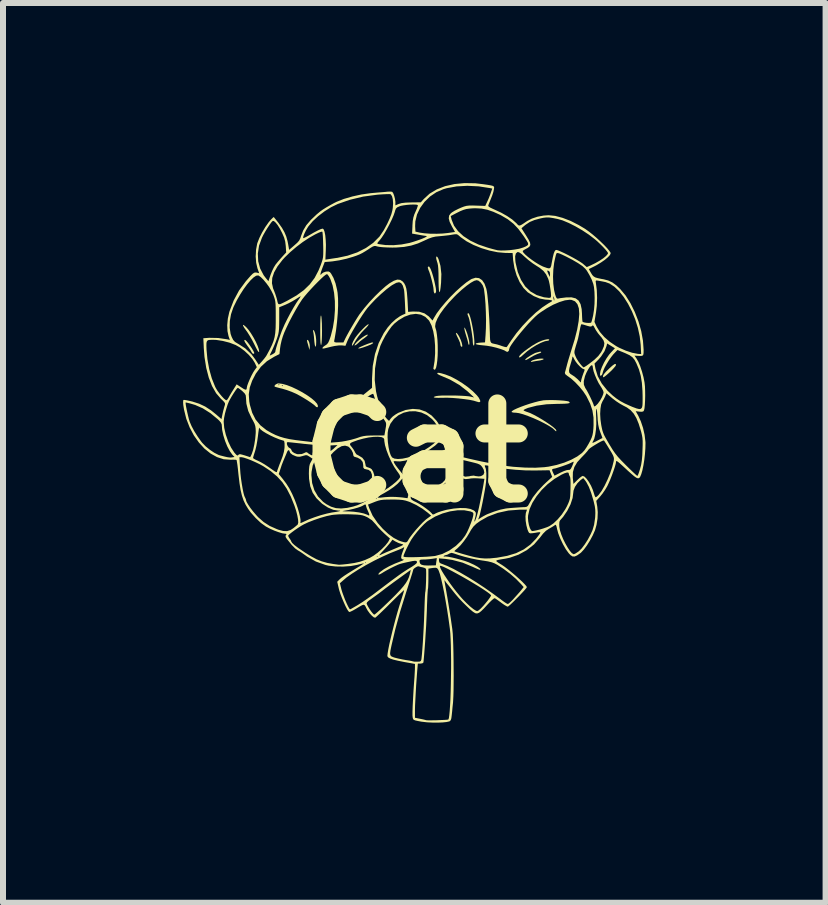
<source format=kicad_pcb>
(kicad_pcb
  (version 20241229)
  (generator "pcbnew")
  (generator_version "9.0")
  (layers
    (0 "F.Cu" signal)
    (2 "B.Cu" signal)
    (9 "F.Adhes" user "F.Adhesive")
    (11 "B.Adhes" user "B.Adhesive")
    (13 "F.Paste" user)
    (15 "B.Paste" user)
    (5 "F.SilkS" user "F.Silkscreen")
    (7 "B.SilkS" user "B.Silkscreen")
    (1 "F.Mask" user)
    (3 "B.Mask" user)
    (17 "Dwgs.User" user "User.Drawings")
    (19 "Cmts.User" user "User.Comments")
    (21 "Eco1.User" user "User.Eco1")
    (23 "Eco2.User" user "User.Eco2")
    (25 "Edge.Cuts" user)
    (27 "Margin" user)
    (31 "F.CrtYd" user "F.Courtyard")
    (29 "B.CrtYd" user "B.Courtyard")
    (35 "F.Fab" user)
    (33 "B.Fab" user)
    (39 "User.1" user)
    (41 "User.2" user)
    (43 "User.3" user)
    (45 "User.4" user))
  (footprint "Cat"
    (layer "F.Cu")
    (at 3.877 4.492)
    (property "Reference" "Cat" (at 0 0 0) (layer "F.SilkS") (effects (font (size 1.5 1.5) (thickness 0.3))))
    (attr board_only exclude_from_pos_files exclude_from_bom)
    (fp_poly (pts (xy -1.79 -1.869) (xy -1.776 -1.836) (xy -1.767 -1.794) (xy -1.767 -1.757) (xy -1.772 -1.712) (xy -1.784 -1.756) (xy -1.797 -1.804) (xy -1.808 -1.841) (xy -1.814 -1.872) (xy -1.807 -1.882)) (stroke (width 0) (type solid)) (fill yes) (layer "F.SilkS"))
    (fp_poly (pts (xy 0.071 0.666) (xy 0.1 0.684) (xy 0.145 0.714) (xy 0.183 0.738) (xy 0.201 0.749) (xy 0.219 0.765) (xy 0.213 0.774) (xy 0.19 0.774) (xy 0.156 0.764) (xy 0.152 0.763) (xy 0.105 0.739) (xy 0.062 0.71) (xy 0.029 0.682) (xy 0.012 0.659) (xy 0.013 0.648) (xy 0.033 0.648)) (stroke (width 0) (type solid)) (fill yes) (layer "F.SilkS"))
    (fp_poly (pts (xy 2.127 -1.565) (xy 2.128 -1.558) (xy 2.11 -1.549) (xy 2.073 -1.539) (xy 2.053 -1.536) (xy 2.001 -1.528) (xy 1.955 -1.52) (xy 1.945 -1.517) (xy 1.918 -1.513) (xy 1.916 -1.52) (xy 1.922 -1.526) (xy 1.944 -1.54) (xy 1.982 -1.552) (xy 2.026 -1.562) (xy 2.07 -1.568) (xy 2.106 -1.569)) (stroke (width 0) (type solid)) (fill yes) (layer "F.SilkS"))
    (fp_poly (pts (xy -2.842 -1.879) (xy -2.824 -1.864) (xy -2.797 -1.832) (xy -2.766 -1.79) (xy -2.736 -1.745) (xy -2.71 -1.703) (xy -2.694 -1.671) (xy -2.691 -1.658) (xy -2.709 -1.646) (xy -2.728 -1.662) (xy -2.737 -1.678) (xy -2.754 -1.708) (xy -2.783 -1.751) (xy -2.806 -1.782) (xy -2.842 -1.834) (xy -2.858 -1.867) (xy -2.854 -1.88)) (stroke (width 0) (type solid)) (fill yes) (layer "F.SilkS"))
    (fp_poly (pts (xy -1.694 -2.031) (xy -1.68 -1.996) (xy -1.668 -1.945) (xy -1.661 -1.886) (xy -1.66 -1.847) (xy -1.662 -1.794) (xy -1.668 -1.768) (xy -1.675 -1.769) (xy -1.683 -1.795) (xy -1.69 -1.845) (xy -1.693 -1.878) (xy -1.698 -1.937) (xy -1.704 -1.986) (xy -1.71 -2.017) (xy -1.711 -2.019) (xy -1.714 -2.04) (xy -1.708 -2.045)) (stroke (width 0) (type solid)) (fill yes) (layer "F.SilkS"))
    (fp_poly (pts (xy -0.802 -1.958) (xy -0.824 -1.936) (xy -0.855 -1.912) (xy -0.894 -1.884) (xy -0.923 -1.862) (xy -0.934 -1.853) (xy -0.964 -1.824) (xy -0.993 -1.8) (xy -1.015 -1.788) (xy -1.023 -1.789) (xy -1.011 -1.813) (xy -0.982 -1.846) (xy -0.941 -1.883) (xy -0.895 -1.919) (xy -0.852 -1.948) (xy -0.817 -1.966) (xy -0.8 -1.968)) (stroke (width 0) (type solid)) (fill yes) (layer "F.SilkS"))
    (fp_poly (pts (xy -0.71 -1.833) (xy -0.718 -1.821) (xy -0.75 -1.803) (xy -0.802 -1.782) (xy -0.804 -1.781) (xy -0.877 -1.755) (xy -0.928 -1.74) (xy -0.956 -1.736) (xy -0.957 -1.743) (xy -0.956 -1.745) (xy -0.935 -1.758) (xy -0.895 -1.776) (xy -0.846 -1.797) (xy -0.795 -1.817) (xy -0.753 -1.831) (xy -0.728 -1.838) (xy -0.727 -1.838)) (stroke (width 0) (type solid)) (fill yes) (layer "F.SilkS"))
    (fp_poly (pts (xy 3.334 -1.464) (xy 3.334 -1.463) (xy 3.325 -1.444) (xy 3.299 -1.413) (xy 3.264 -1.375) (xy 3.223 -1.336) (xy 3.183 -1.3) (xy 3.149 -1.272) (xy 3.126 -1.258) (xy 3.12 -1.259) (xy 3.117 -1.28) (xy 3.132 -1.309) (xy 3.166 -1.35) (xy 3.221 -1.404) (xy 3.273 -1.451) (xy 3.308 -1.476) (xy 3.328 -1.48)) (stroke (width 0) (type solid)) (fill yes) (layer "F.SilkS"))
    (fp_poly (pts (xy 0.689 -1.985) (xy 0.71 -1.955) (xy 0.725 -1.929) (xy 0.749 -1.876) (xy 0.765 -1.828) (xy 0.773 -1.79) (xy 0.772 -1.768) (xy 0.761 -1.766) (xy 0.751 -1.773) (xy 0.742 -1.795) (xy 0.741 -1.808) (xy 0.735 -1.834) (xy 0.718 -1.876) (xy 0.704 -1.905) (xy 0.683 -1.948) (xy 0.67 -1.98) (xy 0.667 -1.99) (xy 0.673 -1.998)) (stroke (width 0) (type solid)) (fill yes) (layer "F.SilkS"))
    (fp_poly (pts (xy 0.827 -2.059) (xy 0.837 -2.036) (xy 0.857 -1.982) (xy 0.873 -1.925) (xy 0.886 -1.871) (xy 0.892 -1.828) (xy 0.89 -1.803) (xy 0.888 -1.8) (xy 0.876 -1.804) (xy 0.874 -1.814) (xy 0.87 -1.837) (xy 0.859 -1.881) (xy 0.842 -1.937) (xy 0.836 -1.957) (xy 0.818 -2.018) (xy 0.809 -2.061) (xy 0.807 -2.084) (xy 0.813 -2.084)) (stroke (width 0) (type solid)) (fill yes) (layer "F.SilkS"))
    (fp_poly (pts (xy -1.578 -2.285) (xy -1.573 -2.262) (xy -1.569 -2.215) (xy -1.565 -2.15) (xy -1.564 -2.074) (xy -1.563 -2.035) (xy -1.564 -1.95) (xy -1.567 -1.879) (xy -1.571 -1.827) (xy -1.576 -1.798) (xy -1.578 -1.795) (xy -1.584 -1.803) (xy -1.589 -1.84) (xy -1.592 -1.907) (xy -1.593 -2.004) (xy -1.593 -2.045) (xy -1.592 -2.147) (xy -1.59 -2.221) (xy -1.587 -2.267) (xy -1.582 -2.286)) (stroke (width 0) (type solid)) (fill yes) (layer "F.SilkS"))
    (fp_poly (pts (xy 2.089 -1.677) (xy 2.077 -1.664) (xy 2.046 -1.653) (xy 2.011 -1.64) (xy 1.962 -1.617) (xy 1.919 -1.592) (xy 1.87 -1.563) (xy 1.841 -1.548) (xy 1.828 -1.543) (xy 1.823 -1.548) (xy 1.823 -1.554) (xy 1.835 -1.568) (xy 1.865 -1.591) (xy 1.905 -1.617) (xy 1.948 -1.642) (xy 1.985 -1.661) (xy 1.999 -1.666) (xy 2.04 -1.677) (xy 2.06 -1.683) (xy 2.083 -1.684)) (stroke (width 0) (type solid)) (fill yes) (layer "F.SilkS"))
    (fp_poly (pts (xy 0.36 -3.26) (xy 0.377 -3.228) (xy 0.41 -3.113) (xy 0.425 -2.977) (xy 0.42 -2.832) (xy 0.412 -2.751) (xy 0.404 -2.699) (xy 0.397 -2.675) (xy 0.39 -2.68) (xy 0.384 -2.711) (xy 0.38 -2.77) (xy 0.378 -2.855) (xy 0.378 -2.893) (xy 0.377 -2.99) (xy 0.374 -3.062) (xy 0.369 -3.117) (xy 0.361 -3.158) (xy 0.352 -3.186) (xy 0.34 -3.23) (xy 0.338 -3.26) (xy 0.346 -3.271)) (stroke (width 0) (type solid)) (fill yes) (layer "F.SilkS"))
    (fp_poly (pts (xy -2.865 -2.126) (xy -2.833 -2.099) (xy -2.829 -2.096) (xy -2.789 -2.05) (xy -2.746 -1.989) (xy -2.704 -1.92) (xy -2.666 -1.849) (xy -2.636 -1.782) (xy -2.616 -1.725) (xy -2.61 -1.685) (xy -2.611 -1.68) (xy -2.619 -1.679) (xy -2.638 -1.704) (xy -2.665 -1.754) (xy -2.686 -1.797) (xy -2.723 -1.87) (xy -2.765 -1.943) (xy -2.805 -2.007) (xy -2.823 -2.032) (xy -2.859 -2.082) (xy -2.878 -2.116) (xy -2.88 -2.131)) (stroke (width 0) (type solid)) (fill yes) (layer "F.SilkS"))
    (fp_poly (pts (xy -0.786 -2.142) (xy -0.79 -2.129) (xy -0.811 -2.101) (xy -0.846 -2.064) (xy -0.858 -2.053) (xy -0.91 -1.997) (xy -0.962 -1.931) (xy -1 -1.875) (xy -1.033 -1.819) (xy -1.055 -1.788) (xy -1.065 -1.782) (xy -1.064 -1.799) (xy -1.06 -1.818) (xy -1.046 -1.853) (xy -1.021 -1.898) (xy -1.006 -1.922) (xy -0.973 -1.965) (xy -0.932 -2.013) (xy -0.888 -2.059) (xy -0.847 -2.1) (xy -0.813 -2.129) (xy -0.79 -2.142)) (stroke (width 0) (type solid)) (fill yes) (layer "F.SilkS"))
    (fp_poly (pts (xy 0.237 -3.078) (xy 0.25 -3.052) (xy 0.268 -3.003) (xy 0.287 -2.941) (xy 0.305 -2.873) (xy 0.32 -2.805) (xy 0.332 -2.745) (xy 0.337 -2.699) (xy 0.336 -2.677) (xy 0.321 -2.654) (xy 0.307 -2.658) (xy 0.298 -2.685) (xy 0.296 -2.708) (xy 0.292 -2.75) (xy 0.28 -2.811) (xy 0.263 -2.881) (xy 0.244 -2.95) (xy 0.225 -3.01) (xy 0.208 -3.051) (xy 0.208 -3.053) (xy 0.198 -3.085) (xy 0.206 -3.101) (xy 0.22 -3.103)) (stroke (width 0) (type solid)) (fill yes) (layer "F.SilkS"))
    (fp_poly (pts (xy 2.216 -1.89) (xy 2.223 -1.883) (xy 2.211 -1.869) (xy 2.201 -1.867) (xy 2.15 -1.858) (xy 2.083 -1.832) (xy 2.007 -1.793) (xy 1.929 -1.745) (xy 1.855 -1.691) (xy 1.8 -1.643) (xy 1.758 -1.605) (xy 1.732 -1.588) (xy 1.72 -1.591) (xy 1.719 -1.599) (xy 1.731 -1.621) (xy 1.763 -1.654) (xy 1.811 -1.694) (xy 1.87 -1.737) (xy 1.933 -1.781) (xy 1.997 -1.819) (xy 2.038 -1.841) (xy 2.093 -1.865) (xy 2.145 -1.882) (xy 2.189 -1.891)) (stroke (width 0) (type solid)) (fill yes) (layer "F.SilkS"))
    (fp_poly (pts (xy 0.886 -2.313) (xy 0.902 -2.273) (xy 0.919 -2.213) (xy 0.936 -2.136) (xy 0.953 -2.045) (xy 0.957 -2.019) (xy 0.968 -1.936) (xy 0.974 -1.868) (xy 0.975 -1.818) (xy 0.97 -1.789) (xy 0.961 -1.786) (xy 0.96 -1.787) (xy 0.952 -1.808) (xy 0.948 -1.845) (xy 0.948 -1.851) (xy 0.946 -1.894) (xy 0.938 -1.954) (xy 0.928 -2.024) (xy 0.915 -2.097) (xy 0.902 -2.165) (xy 0.89 -2.221) (xy 0.879 -2.258) (xy 0.876 -2.264) (xy 0.861 -2.302) (xy 0.864 -2.323) (xy 0.873 -2.327)) (stroke (width 0) (type solid)) (fill yes) (layer "F.SilkS"))
    (fp_poly (pts (xy 0.426 -1.323) (xy 0.491 -1.304) (xy 0.58 -1.27) (xy 0.677 -1.219) (xy 0.776 -1.158) (xy 0.87 -1.091) (xy 0.953 -1.021) (xy 1.019 -0.954) (xy 1.048 -0.917) (xy 1.071 -0.873) (xy 1.072 -0.848) (xy 1.051 -0.842) (xy 1.015 -0.852) (xy 0.966 -0.867) (xy 0.894 -0.882) (xy 0.807 -0.894) (xy 0.712 -0.905) (xy 0.615 -0.913) (xy 0.523 -0.917) (xy 0.453 -0.916) (xy 0.375 -0.915) (xy 0.324 -0.917) (xy 0.299 -0.923) (xy 0.302 -0.932) (xy 0.334 -0.943) (xy 0.337 -0.944) (xy 0.372 -0.949) (xy 0.429 -0.953) (xy 0.502 -0.954) (xy 0.586 -0.954) (xy 0.672 -0.953) (xy 0.754 -0.95) (xy 0.826 -0.946) (xy 0.88 -0.941) (xy 0.904 -0.937) (xy 0.971 -0.921) (xy 0.86 -1.024) (xy 0.724 -1.13) (xy 0.567 -1.22) (xy 0.441 -1.274) (xy 0.396 -1.293) (xy 0.365 -1.31) (xy 0.356 -1.32) (xy 0.362 -1.331) (xy 0.384 -1.332)) (stroke (width 0) (type solid)) (fill yes) (layer "F.SilkS"))
    (fp_poly (pts (xy -2.224 -1.148) (xy -2.148 -1.127) (xy -2.065 -1.095) (xy -1.978 -1.054) (xy -1.892 -1.008) (xy -1.811 -0.958) (xy -1.74 -0.908) (xy -1.683 -0.859) (xy -1.645 -0.816) (xy -1.63 -0.779) (xy -1.63 -0.777) (xy -1.638 -0.758) (xy -1.658 -0.762) (xy -1.674 -0.777) (xy -1.7 -0.801) (xy -1.747 -0.835) (xy -1.807 -0.875) (xy -1.874 -0.916) (xy -1.942 -0.955) (xy -1.997 -0.984) (xy -2.068 -1.015) (xy -2.15 -1.045) (xy -2.225 -1.067) (xy -2.281 -1.081) (xy -2.325 -1.093) (xy -2.35 -1.101) (xy -2.353 -1.103) (xy -2.353 -1.12) (xy -2.351 -1.121) (xy -2.233 -1.121) (xy -2.231 -1.113) (xy -2.223 -1.111) (xy -2.211 -1.117) (xy -2.213 -1.121) (xy -2.231 -1.123) (xy -2.233 -1.121) (xy -2.351 -1.121) (xy -2.337 -1.136) (xy -2.292 -1.136) (xy -2.29 -1.127) (xy -2.282 -1.126) (xy -2.27 -1.132) (xy -2.272 -1.136) (xy -2.29 -1.138) (xy -2.292 -1.136) (xy -2.337 -1.136) (xy -2.335 -1.138) (xy -2.306 -1.153) (xy -2.286 -1.156)) (stroke (width 0) (type solid)) (fill yes) (layer "F.SilkS"))
    (fp_poly (pts (xy 2.326 -0.877) (xy 2.4 -0.873) (xy 2.466 -0.868) (xy 2.517 -0.861) (xy 2.546 -0.854) (xy 2.548 -0.853) (xy 2.563 -0.839) (xy 2.558 -0.828) (xy 2.528 -0.821) (xy 2.474 -0.817) (xy 2.392 -0.815) (xy 2.365 -0.815) (xy 2.177 -0.808) (xy 2.013 -0.785) (xy 1.873 -0.749) (xy 1.864 -0.746) (xy 1.823 -0.729) (xy 1.798 -0.715) (xy 1.793 -0.709) (xy 1.806 -0.698) (xy 1.838 -0.685) (xy 1.856 -0.679) (xy 1.908 -0.66) (xy 1.971 -0.629) (xy 2.041 -0.591) (xy 2.113 -0.548) (xy 2.183 -0.503) (xy 2.246 -0.46) (xy 2.296 -0.421) (xy 2.33 -0.39) (xy 2.341 -0.369) (xy 2.336 -0.357) (xy 2.32 -0.369) (xy 2.311 -0.379) (xy 2.274 -0.412) (xy 2.214 -0.45) (xy 2.138 -0.492) (xy 2.052 -0.535) (xy 1.96 -0.576) (xy 1.87 -0.612) (xy 1.788 -0.641) (xy 1.718 -0.66) (xy 1.669 -0.667) (xy 1.627 -0.669) (xy 1.599 -0.676) (xy 1.594 -0.68) (xy 1.601 -0.694) (xy 1.632 -0.714) (xy 1.682 -0.738) (xy 1.746 -0.764) (xy 1.819 -0.791) (xy 1.897 -0.817) (xy 1.975 -0.84) (xy 2.048 -0.859) (xy 2.111 -0.871) (xy 2.128 -0.874) (xy 2.183 -0.877) (xy 2.252 -0.878)) (stroke (width 0) (type solid)) (fill yes) (layer "F.SilkS"))
    (fp_poly (pts (xy 0.991 -4.489) (xy 1.119 -4.474) (xy 1.196 -4.463) (xy 1.249 -4.454) (xy 1.281 -4.446) (xy 1.298 -4.436) (xy 1.304 -4.422) (xy 1.302 -4.403) (xy 1.3 -4.388) (xy 1.291 -4.345) (xy 1.273 -4.289) (xy 1.253 -4.238) (xy 1.232 -4.186) (xy 1.215 -4.144) (xy 1.206 -4.119) (xy 1.21 -4.104) (xy 1.235 -4.086) (xy 1.283 -4.063) (xy 1.316 -4.048) (xy 1.42 -4) (xy 1.519 -3.944) (xy 1.606 -3.885) (xy 1.671 -3.827) (xy 1.673 -3.826) (xy 1.694 -3.802) (xy 1.711 -3.788) (xy 1.728 -3.785) (xy 1.751 -3.793) (xy 1.786 -3.814) (xy 1.839 -3.85) (xy 1.859 -3.863) (xy 1.933 -3.901) (xy 2.026 -3.932) (xy 2.126 -3.951) (xy 2.211 -3.957) (xy 2.321 -3.946) (xy 2.445 -3.913) (xy 2.578 -3.862) (xy 2.715 -3.792) (xy 2.819 -3.73) (xy 2.878 -3.688) (xy 2.943 -3.637) (xy 3.011 -3.579) (xy 3.076 -3.519) (xy 3.137 -3.46) (xy 3.187 -3.407) (xy 3.224 -3.362) (xy 3.244 -3.331) (xy 3.245 -3.323) (xy 3.233 -3.294) (xy 3.199 -3.257) (xy 3.147 -3.213) (xy 3.083 -3.169) (xy 3.012 -3.126) (xy 2.978 -3.108) (xy 2.881 -3.06) (xy 2.919 -2.993) (xy 2.94 -2.96) (xy 2.961 -2.938) (xy 2.989 -2.921) (xy 3.03 -2.909) (xy 3.091 -2.896) (xy 3.127 -2.89) (xy 3.203 -2.87) (xy 3.272 -2.838) (xy 3.34 -2.788) (xy 3.404 -2.727) (xy 3.493 -2.621) (xy 3.575 -2.491) (xy 3.647 -2.345) (xy 3.708 -2.188) (xy 3.754 -2.027) (xy 3.783 -1.867) (xy 3.794 -1.715) (xy 3.793 -1.66) (xy 3.787 -1.629) (xy 3.77 -1.615) (xy 3.735 -1.613) (xy 3.692 -1.615) (xy 3.642 -1.618) (xy 3.674 -1.572) (xy 3.706 -1.517) (xy 3.738 -1.44) (xy 3.767 -1.352) (xy 3.792 -1.259) (xy 3.809 -1.172) (xy 3.809 -1.172) (xy 3.816 -1.109) (xy 3.819 -1.032) (xy 3.82 -0.95) (xy 3.818 -0.868) (xy 3.814 -0.795) (xy 3.808 -0.738) (xy 3.8 -0.706) (xy 3.788 -0.689) (xy 3.763 -0.683) (xy 3.726 -0.685) (xy 3.662 -0.693) (xy 3.705 -0.617) (xy 3.747 -0.525) (xy 3.784 -0.415) (xy 3.81 -0.3) (xy 3.823 -0.193) (xy 3.825 -0.166) (xy 3.823 -0.075) (xy 3.816 0.022) (xy 3.805 0.119) (xy 3.79 0.212) (xy 3.773 0.294) (xy 3.754 0.359) (xy 3.735 0.403) (xy 3.727 0.414) (xy 3.712 0.424) (xy 3.695 0.425) (xy 3.671 0.415) (xy 3.637 0.391) (xy 3.59 0.351) (xy 3.526 0.294) (xy 3.505 0.274) (xy 3.441 0.215) (xy 3.395 0.174) (xy 3.364 0.149) (xy 3.346 0.138) (xy 3.337 0.139) (xy 3.334 0.15) (xy 3.334 0.154) (xy 3.329 0.185) (xy 3.314 0.237) (xy 3.292 0.303) (xy 3.266 0.375) (xy 3.238 0.446) (xy 3.21 0.51) (xy 3.19 0.553) (xy 3.153 0.616) (xy 3.109 0.68) (xy 3.071 0.727) (xy 3.005 0.801) (xy 3.022 0.897) (xy 3.03 0.99) (xy 3.026 1.096) (xy 3.01 1.199) (xy 2.985 1.288) (xy 2.984 1.291) (xy 2.947 1.375) (xy 2.901 1.461) (xy 2.851 1.541) (xy 2.801 1.609) (xy 2.756 1.658) (xy 2.744 1.669) (xy 2.687 1.709) (xy 2.645 1.728) (xy 2.61 1.727) (xy 2.576 1.705) (xy 2.546 1.673) (xy 2.498 1.607) (xy 2.45 1.522) (xy 2.406 1.43) (xy 2.371 1.339) (xy 2.354 1.277) (xy 2.343 1.228) (xy 2.334 1.204) (xy 2.324 1.199) (xy 2.313 1.207) (xy 2.287 1.225) (xy 2.245 1.25) (xy 2.218 1.265) (xy 2.167 1.299) (xy 2.118 1.348) (xy 2.069 1.411) (xy 1.969 1.526) (xy 1.848 1.622) (xy 1.711 1.697) (xy 1.562 1.749) (xy 1.489 1.764) (xy 1.413 1.776) (xy 1.364 1.786) (xy 1.341 1.795) (xy 1.342 1.808) (xy 1.367 1.827) (xy 1.412 1.855) (xy 1.435 1.869) (xy 1.48 1.9) (xy 1.535 1.942) (xy 1.595 1.991) (xy 1.658 2.044) (xy 1.718 2.098) (xy 1.771 2.147) (xy 1.813 2.19) (xy 1.841 2.222) (xy 1.849 2.239) (xy 1.849 2.239) (xy 1.836 2.258) (xy 1.807 2.293) (xy 1.766 2.337) (xy 1.718 2.388) (xy 1.667 2.439) (xy 1.619 2.487) (xy 1.577 2.527) (xy 1.546 2.554) (xy 1.531 2.564) (xy 1.509 2.555) (xy 1.472 2.533) (xy 1.426 2.501) (xy 1.42 2.496) (xy 1.374 2.462) (xy 1.337 2.436) (xy 1.315 2.422) (xy 1.314 2.422) (xy 1.297 2.429) (xy 1.266 2.455) (xy 1.226 2.494) (xy 1.195 2.527) (xy 1.134 2.593) (xy 1.088 2.638) (xy 1.053 2.665) (xy 1.025 2.676) (xy 1 2.675) (xy 0.986 2.67) (xy 0.951 2.648) (xy 0.902 2.607) (xy 0.844 2.552) (xy 0.78 2.489) (xy 0.717 2.422) (xy 0.659 2.354) (xy 0.625 2.312) (xy 0.584 2.26) (xy 0.55 2.217) (xy 0.526 2.188) (xy 0.518 2.178) (xy 0.504 2.161) (xy 0.491 2.141) (xy 0.479 2.124) (xy 0.476 2.131) (xy 0.48 2.156) (xy 0.501 2.274) (xy 0.523 2.4) (xy 0.544 2.527) (xy 0.564 2.65) (xy 0.582 2.763) (xy 0.596 2.86) (xy 0.607 2.936) (xy 0.609 2.956) (xy 0.615 3.017) (xy 0.619 3.102) (xy 0.623 3.207) (xy 0.626 3.326) (xy 0.628 3.454) (xy 0.629 3.586) (xy 0.63 3.717) (xy 0.629 3.843) (xy 0.628 3.957) (xy 0.625 4.055) (xy 0.621 4.132) (xy 0.619 4.164) (xy 0.611 4.236) (xy 0.604 4.313) (xy 0.598 4.369) (xy 0.591 4.423) (xy 0.581 4.454) (xy 0.566 4.47) (xy 0.557 4.475) (xy 0.511 4.485) (xy 0.444 4.492) (xy 0.362 4.495) (xy 0.274 4.494) (xy 0.187 4.49) (xy 0.11 4.481) (xy 0.093 4.479) (xy 0.029 4.467) (xy -0.011 4.458) (xy -0.035 4.448) (xy -0.046 4.434) (xy -0.052 4.415) (xy -0.052 4.414) (xy -0.015 4.414) (xy 0.07 4.431) (xy 0.119 4.441) (xy 0.156 4.45) (xy 0.17 4.454) (xy 0.19 4.456) (xy 0.231 4.457) (xy 0.287 4.456) (xy 0.351 4.455) (xy 0.415 4.452) (xy 0.472 4.45) (xy 0.516 4.447) (xy 0.54 4.444) (xy 0.541 4.443) (xy 0.55 4.42) (xy 0.557 4.371) (xy 0.564 4.299) (xy 0.57 4.208) (xy 0.576 4.101) (xy 0.58 3.982) (xy 0.583 3.855) (xy 0.585 3.722) (xy 0.587 3.587) (xy 0.587 3.454) (xy 0.585 3.326) (xy 0.583 3.207) (xy 0.579 3.1) (xy 0.574 3.008) (xy 0.567 2.936) (xy 0.566 2.927) (xy 0.544 2.766) (xy 0.52 2.61) (xy 0.495 2.463) (xy 0.471 2.328) (xy 0.446 2.208) (xy 0.423 2.106) (xy 0.402 2.024) (xy 0.382 1.967) (xy 0.37 1.942) (xy 0.353 1.922) (xy 0.331 1.915) (xy 0.293 1.917) (xy 0.278 1.919) (xy 0.209 1.93) (xy 0.209 2.092) (xy 0.208 2.159) (xy 0.206 2.214) (xy 0.204 2.252) (xy 0.202 2.265) (xy 0.199 2.282) (xy 0.196 2.325) (xy 0.192 2.387) (xy 0.189 2.463) (xy 0.186 2.534) (xy 0.183 2.629) (xy 0.179 2.722) (xy 0.175 2.807) (xy 0.172 2.875) (xy 0.17 2.905) (xy 0.162 3.027) (xy 0.155 3.143) (xy 0.147 3.249) (xy 0.14 3.34) (xy 0.134 3.413) (xy 0.129 3.465) (xy 0.126 3.492) (xy 0.126 3.494) (xy 0.108 3.507) (xy 0.076 3.512) (xy 0.033 3.512) (xy 0.023 3.627) (xy 0.014 3.748) (xy 0.005 3.873) (xy -0.002 3.995) (xy -0.008 4.108) (xy -0.013 4.205) (xy -0.015 4.28) (xy -0.015 4.293) (xy -0.015 4.414) (xy -0.052 4.414) (xy -0.052 4.414) (xy -0.056 4.378) (xy -0.056 4.313) (xy -0.053 4.221) (xy -0.047 4.103) (xy -0.039 3.96) (xy -0.029 3.816) (xy -0.023 3.738) (xy -0.019 3.666) (xy -0.016 3.608) (xy -0.015 3.572) (xy -0.015 3.57) (xy -0.015 3.517) (xy -0.194 3.485) (xy -0.298 3.464) (xy -0.374 3.446) (xy -0.427 3.428) (xy -0.459 3.41) (xy -0.473 3.391) (xy -0.474 3.382) (xy -0.47 3.34) (xy -0.47 3.34) (xy -0.429 3.34) (xy -0.425 3.371) (xy -0.41 3.39) (xy -0.382 3.403) (xy -0.352 3.413) (xy -0.296 3.427) (xy -0.226 3.442) (xy -0.164 3.453) (xy -0.11 3.461) (xy -0.069 3.469) (xy -0.048 3.475) (xy -0.047 3.475) (xy -0.03 3.479) (xy 0.007 3.48) (xy 0.023 3.48) (xy 0.064 3.478) (xy 0.083 3.468) (xy 0.092 3.443) (xy 0.095 3.418) (xy 0.102 3.351) (xy 0.109 3.261) (xy 0.117 3.152) (xy 0.124 3.03) (xy 0.131 2.901) (xy 0.137 2.771) (xy 0.141 2.645) (xy 0.142 2.63) (xy 0.145 2.54) (xy 0.148 2.459) (xy 0.151 2.394) (xy 0.154 2.348) (xy 0.156 2.327) (xy 0.156 2.326) (xy 0.16 2.306) (xy 0.164 2.263) (xy 0.167 2.205) (xy 0.17 2.139) (xy 0.171 2.072) (xy 0.172 2.011) (xy 0.171 1.963) (xy 0.169 1.935) (xy 0.167 1.932) (xy 0.146 1.918) (xy 0.109 1.907) (xy 0.106 1.907) (xy 0.07 1.899) (xy 0.053 1.893) (xy 0.4 1.893) (xy 0.41 1.924) (xy 0.434 1.97) (xy 0.47 2.029) (xy 0.515 2.097) (xy 0.566 2.171) (xy 0.621 2.246) (xy 0.679 2.32) (xy 0.736 2.389) (xy 0.781 2.44) (xy 0.846 2.506) (xy 0.906 2.562) (xy 0.96 2.605) (xy 1.001 2.631) (xy 1.023 2.638) (xy 1.045 2.626) (xy 1.082 2.594) (xy 1.129 2.544) (xy 1.156 2.512) (xy 1.198 2.461) (xy 1.23 2.417) (xy 1.25 2.386) (xy 1.253 2.373) (xy 1.231 2.351) (xy 1.187 2.318) (xy 1.125 2.276) (xy 1.049 2.227) (xy 0.963 2.175) (xy 0.871 2.12) (xy 0.777 2.066) (xy 0.685 2.015) (xy 0.6 1.969) (xy 0.524 1.93) (xy 0.463 1.901) (xy 0.421 1.885) (xy 0.405 1.882) (xy 0.4 1.893) (xy 0.053 1.893) (xy 0.049 1.892) (xy 0.048 1.891) (xy 0.031 1.892) (xy 0.003 1.905) (xy -0.026 1.925) (xy -0.043 1.944) (xy -0.044 1.949) (xy -0.049 1.968) (xy -0.061 2.01) (xy -0.081 2.072) (xy -0.106 2.151) (xy -0.135 2.242) (xy -0.163 2.328) (xy -0.261 2.643) (xy -0.342 2.938) (xy -0.407 3.215) (xy -0.408 3.22) (xy -0.423 3.292) (xy -0.429 3.34) (xy -0.47 3.34) (xy -0.459 3.274) (xy -0.442 3.189) (xy -0.419 3.09) (xy -0.393 2.981) (xy -0.364 2.867) (xy -0.334 2.753) (xy -0.303 2.643) (xy -0.273 2.543) (xy -0.252 2.477) (xy -0.23 2.408) (xy -0.212 2.35) (xy -0.2 2.309) (xy -0.196 2.289) (xy -0.196 2.288) (xy -0.208 2.297) (xy -0.237 2.324) (xy -0.281 2.365) (xy -0.336 2.419) (xy -0.401 2.483) (xy -0.43 2.512) (xy -0.498 2.58) (xy -0.56 2.64) (xy -0.611 2.689) (xy -0.65 2.725) (xy -0.673 2.745) (xy -0.676 2.747) (xy -0.699 2.742) (xy -0.731 2.716) (xy -0.767 2.677) (xy -0.802 2.629) (xy -0.824 2.59) (xy -0.84 2.557) (xy -0.854 2.538) (xy -0.87 2.531) (xy -0.894 2.538) (xy -0.932 2.559) (xy -0.989 2.593) (xy -0.999 2.599) (xy -1.046 2.626) (xy -1.085 2.645) (xy -1.107 2.653) (xy -1.107 2.653) (xy -1.123 2.64) (xy -1.146 2.604) (xy -1.173 2.552) (xy -1.202 2.488) (xy -1.231 2.419) (xy -1.257 2.35) (xy -1.277 2.287) (xy -1.283 2.264) (xy -1.304 2.173) (xy -1.265 2.173) (xy -1.24 2.276) (xy -1.225 2.325) (xy -1.204 2.383) (xy -1.18 2.446) (xy -1.154 2.506) (xy -1.13 2.557) (xy -1.11 2.593) (xy -1.096 2.608) (xy -1.096 2.608) (xy -1.08 2.601) (xy -1.045 2.581) (xy -0.996 2.553) (xy -0.962 2.533) (xy -0.928 2.511) (xy -0.82 2.511) (xy -0.819 2.516) (xy -0.802 2.552) (xy -0.776 2.596) (xy -0.747 2.639) (xy -0.719 2.674) (xy -0.698 2.695) (xy -0.693 2.697) (xy -0.677 2.687) (xy -0.644 2.659) (xy -0.596 2.616) (xy -0.537 2.561) (xy -0.469 2.496) (xy -0.428 2.456) (xy -0.336 2.365) (xy -0.264 2.289) (xy -0.208 2.225) (xy -0.167 2.17) (xy -0.137 2.12) (xy -0.115 2.071) (xy -0.1 2.02) (xy -0.096 2.002) (xy -0.085 1.951) (xy -0.196 2.031) (xy -0.291 2.1) (xy -0.366 2.154) (xy -0.424 2.197) (xy -0.47 2.231) (xy -0.508 2.259) (xy -0.54 2.284) (xy -0.568 2.306) (xy -0.622 2.347) (xy -0.686 2.393) (xy -0.736 2.429) (xy -0.786 2.465) (xy -0.813 2.491) (xy -0.82 2.511) (xy -0.928 2.511) (xy -0.89 2.487) (xy -0.81 2.432) (xy -0.736 2.379) (xy -0.719 2.367) (xy -0.594 2.272) (xy -0.491 2.194) (xy -0.405 2.129) (xy -0.335 2.078) (xy -0.278 2.036) (xy -0.231 2.003) (xy -0.192 1.977) (xy -0.158 1.955) (xy -0.138 1.942) (xy -0.067 1.899) (xy -0.02 1.867) (xy 0.008 1.844) (xy 0.019 1.826) (xy 0.018 1.812) (xy 0.017 1.811) (xy 0.005 1.801) (xy -0.017 1.799) (xy -0.057 1.804) (xy -0.105 1.814) (xy -0.166 1.827) (xy -0.221 1.84) (xy -0.258 1.85) (xy -0.259 1.85) (xy -0.299 1.865) (xy -0.356 1.891) (xy -0.421 1.923) (xy -0.484 1.957) (xy -0.536 1.987) (xy -0.556 2) (xy -0.596 2.023) (xy -0.62 2.03) (xy -0.625 2.02) (xy -0.607 1.997) (xy -0.593 1.984) (xy -0.53 1.938) (xy -0.446 1.891) (xy -0.349 1.846) (xy -0.267 1.814) (xy -0.225 1.797) (xy -0.224 1.797) (xy 0.061 1.797) (xy 0.062 1.818) (xy 0.072 1.847) (xy 0.095 1.865) (xy 0.137 1.875) (xy 0.203 1.878) (xy 0.237 1.877) (xy 0.333 1.875) (xy 0.341 1.814) (xy 0.344 1.797) (xy 0.385 1.797) (xy 0.391 1.825) (xy 0.413 1.843) (xy 0.441 1.853) (xy 0.525 1.886) (xy 0.627 1.935) (xy 0.745 1.999) (xy 0.873 2.074) (xy 1.008 2.158) (xy 1.146 2.249) (xy 1.282 2.345) (xy 1.414 2.442) (xy 1.428 2.453) (xy 1.472 2.485) (xy 1.509 2.509) (xy 1.531 2.519) (xy 1.532 2.519) (xy 1.55 2.509) (xy 1.581 2.481) (xy 1.621 2.441) (xy 1.642 2.417) (xy 1.687 2.367) (xy 1.728 2.321) (xy 1.758 2.285) (xy 1.765 2.276) (xy 1.796 2.237) (xy 1.752 2.187) (xy 1.668 2.101) (xy 1.568 2.014) (xy 1.461 1.934) (xy 1.358 1.867) (xy 1.311 1.842) (xy 1.266 1.825) (xy 1.201 1.809) (xy 1.126 1.797) (xy 1.111 1.795) (xy 1.025 1.781) (xy 0.922 1.76) (xy 0.816 1.734) (xy 0.716 1.705) (xy 0.634 1.677) (xy 0.632 1.676) (xy 0.594 1.667) (xy 0.562 1.677) (xy 0.554 1.682) (xy 0.521 1.699) (xy 0.498 1.704) (xy 0.471 1.714) (xy 0.465 1.721) (xy 0.464 1.732) (xy 0.469 1.729) (xy 0.493 1.727) (xy 0.539 1.732) (xy 0.601 1.744) (xy 0.672 1.761) (xy 0.746 1.781) (xy 0.817 1.802) (xy 0.878 1.824) (xy 0.896 1.832) (xy 0.97 1.866) (xy 1.027 1.898) (xy 1.064 1.925) (xy 1.079 1.944) (xy 1.077 1.951) (xy 1.061 1.949) (xy 1.025 1.935) (xy 0.975 1.913) (xy 0.945 1.899) (xy 0.778 1.83) (xy 0.608 1.785) (xy 0.493 1.768) (xy 0.385 1.759) (xy 0.385 1.797) (xy 0.344 1.797) (xy 0.349 1.754) (xy 0.282 1.765) (xy 0.225 1.772) (xy 0.16 1.777) (xy 0.136 1.777) (xy 0.091 1.779) (xy 0.068 1.784) (xy 0.061 1.797) (xy -0.224 1.797) (xy -0.202 1.785) (xy -0.202 1.779) (xy -0.204 1.779) (xy -0.233 1.772) (xy -0.245 1.75) (xy -0.242 1.725) (xy -0.207 1.725) (xy -0.201 1.732) (xy -0.178 1.737) (xy -0.136 1.739) (xy -0.071 1.74) (xy 0.019 1.738) (xy 0.105 1.735) (xy 0.188 1.731) (xy 0.259 1.725) (xy 0.312 1.72) (xy 0.324 1.718) (xy 0.442 1.685) (xy 0.533 1.64) (xy 0.642 1.64) (xy 0.66 1.648) (xy 0.7 1.661) (xy 0.755 1.678) (xy 0.818 1.696) (xy 0.883 1.714) (xy 0.944 1.73) (xy 0.992 1.741) (xy 0.993 1.741) (xy 1.076 1.755) (xy 1.154 1.761) (xy 1.237 1.759) (xy 1.338 1.749) (xy 1.349 1.748) (xy 1.521 1.717) (xy 1.67 1.672) (xy 1.797 1.61) (xy 1.907 1.53) (xy 2.001 1.433) (xy 2.036 1.388) (xy 2.062 1.352) (xy 2.074 1.331) (xy 2.075 1.329) (xy 2.062 1.323) (xy 2.034 1.325) (xy 1.99 1.333) (xy 1.94 1.34) (xy 1.939 1.34) (xy 1.906 1.342) (xy 1.886 1.334) (xy 1.872 1.31) (xy 1.859 1.277) (xy 1.841 1.208) (xy 1.829 1.133) (xy 1.827 1.083) (xy 1.867 1.083) (xy 1.872 1.142) (xy 1.883 1.201) (xy 1.899 1.253) (xy 1.918 1.289) (xy 1.936 1.304) (xy 1.937 1.304) (xy 1.964 1.301) (xy 2.009 1.292) (xy 2.059 1.28) (xy 2.122 1.261) (xy 2.186 1.239) (xy 2.224 1.222) (xy 2.266 1.194) (xy 2.388 1.194) (xy 2.39 1.234) (xy 2.401 1.293) (xy 2.423 1.362) (xy 2.453 1.436) (xy 2.489 1.509) (xy 2.527 1.576) (xy 2.564 1.632) (xy 2.598 1.672) (xy 2.627 1.689) (xy 2.631 1.689) (xy 2.653 1.681) (xy 2.688 1.659) (xy 2.714 1.641) (xy 2.761 1.595) (xy 2.812 1.528) (xy 2.864 1.447) (xy 2.912 1.357) (xy 2.943 1.288) (xy 2.969 1.199) (xy 2.985 1.09) (xy 2.987 1.073) (xy 2.99 1.003) (xy 2.988 0.945) (xy 2.98 0.887) (xy 2.963 0.815) (xy 2.958 0.795) (xy 2.921 0.671) (xy 2.882 0.568) (xy 2.84 0.489) (xy 2.819 0.459) (xy 2.788 0.422) (xy 2.746 0.453) (xy 2.692 0.506) (xy 2.65 0.568) (xy 2.626 0.631) (xy 2.623 0.657) (xy 2.611 0.754) (xy 2.576 0.86) (xy 2.522 0.967) (xy 2.453 1.068) (xy 2.403 1.125) (xy 2.391 1.15) (xy 2.388 1.194) (xy 2.266 1.194) (xy 2.291 1.177) (xy 2.361 1.111) (xy 2.429 1.031) (xy 2.488 0.943) (xy 2.515 0.894) (xy 2.538 0.845) (xy 2.554 0.805) (xy 2.565 0.768) (xy 2.571 0.724) (xy 2.574 0.665) (xy 2.576 0.596) (xy 2.577 0.506) (xy 2.575 0.441) (xy 2.571 0.413) (xy 2.614 0.413) (xy 2.615 0.426) (xy 2.625 0.519) (xy 2.692 0.452) (xy 2.73 0.417) (xy 2.763 0.393) (xy 2.78 0.385) (xy 2.81 0.398) (xy 2.845 0.434) (xy 2.882 0.486) (xy 2.918 0.549) (xy 2.947 0.616) (xy 2.965 0.672) (xy 2.978 0.713) (xy 2.99 0.737) (xy 2.996 0.741) (xy 3.014 0.731) (xy 3.041 0.706) (xy 3.046 0.7) (xy 3.094 0.636) (xy 3.144 0.549) (xy 3.192 0.449) (xy 3.236 0.343) (xy 3.271 0.237) (xy 3.295 0.14) (xy 3.297 0.129) (xy 3.3 0.101) (xy 3.296 0.074) (xy 3.284 0.042) (xy 3.26 -0.002) (xy 3.222 -0.064) (xy 3.188 -0.12) (xy 3.159 -0.166) (xy 3.14 -0.196) (xy 3.133 -0.205) (xy 3.117 -0.203) (xy 3.084 -0.188) (xy 3.039 -0.164) (xy 2.989 -0.134) (xy 2.941 -0.104) (xy 2.902 -0.077) (xy 2.878 -0.056) (xy 2.875 -0.051) (xy 2.856 -0.026) (xy 2.822 0.013) (xy 2.779 0.058) (xy 2.763 0.074) (xy 2.688 0.157) (xy 2.64 0.238) (xy 2.616 0.322) (xy 2.614 0.413) (xy 2.571 0.413) (xy 2.569 0.404) (xy 2.565 0.395) (xy 2.551 0.367) (xy 2.549 0.353) (xy 2.542 0.332) (xy 2.519 0.328) (xy 2.477 0.341) (xy 2.426 0.365) (xy 2.307 0.436) (xy 2.196 0.522) (xy 2.096 0.619) (xy 2.011 0.724) (xy 1.942 0.832) (xy 1.894 0.939) (xy 1.87 1.042) (xy 1.867 1.083) (xy 1.827 1.083) (xy 1.826 1.061) (xy 1.832 1.004) (xy 1.836 0.992) (xy 1.851 0.948) (xy 1.728 0.948) (xy 1.541 0.962) (xy 1.363 1.001) (xy 1.197 1.064) (xy 1.074 1.134) (xy 1.007 1.182) (xy 0.958 1.23) (xy 0.918 1.287) (xy 0.896 1.327) (xy 0.852 1.4) (xy 0.799 1.474) (xy 0.745 1.54) (xy 0.694 1.59) (xy 0.686 1.597) (xy 0.657 1.621) (xy 0.642 1.637) (xy 0.642 1.64) (xy 0.533 1.64) (xy 0.559 1.627) (xy 0.668 1.55) (xy 0.763 1.458) (xy 0.821 1.38) (xy 0.853 1.323) (xy 0.886 1.25) (xy 0.917 1.172) (xy 0.942 1.101) (xy 0.955 1.05) (xy 0.959 1.014) (xy 0.95 0.995) (xy 0.922 0.982) (xy 0.909 0.977) (xy 0.808 0.958) (xy 0.693 0.958) (xy 0.569 0.976) (xy 0.444 1.011) (xy 0.322 1.062) (xy 0.212 1.128) (xy 0.184 1.147) (xy 0.137 1.189) (xy 0.081 1.247) (xy 0.023 1.314) (xy -0.03 1.381) (xy -0.072 1.441) (xy -0.074 1.444) (xy -0.1 1.49) (xy -0.13 1.547) (xy -0.159 1.605) (xy -0.183 1.659) (xy -0.201 1.702) (xy -0.207 1.725) (xy -0.207 1.725) (xy -0.242 1.725) (xy -0.24 1.709) (xy -0.223 1.658) (xy -0.204 1.608) (xy -0.195 1.581) (xy -0.196 1.572) (xy -0.204 1.576) (xy -0.211 1.581) (xy -0.235 1.594) (xy -0.276 1.612) (xy -0.304 1.623) (xy -0.428 1.672) (xy -0.56 1.732) (xy -0.695 1.798) (xy -0.827 1.869) (xy -0.951 1.941) (xy -1.062 2.012) (xy -1.154 2.077) (xy -1.199 2.115) (xy -1.265 2.173) (xy -1.304 2.173) (xy -1.31 2.149) (xy -1.27 2.108) (xy -1.243 2.085) (xy -1.197 2.052) (xy -1.136 2.012) (xy -1.067 1.969) (xy -1.046 1.956) (xy -0.981 1.917) (xy -0.926 1.884) (xy -0.887 1.858) (xy -0.866 1.844) (xy -0.865 1.842) (xy -0.879 1.844) (xy -0.916 1.852) (xy -0.966 1.864) (xy -0.979 1.868) (xy -1.087 1.887) (xy -1.21 1.896) (xy -1.335 1.894) (xy -1.451 1.881) (xy -1.504 1.869) (xy -1.664 1.812) (xy -1.812 1.729) (xy -1.845 1.705) (xy -1.893 1.671) (xy -1.94 1.64) (xy -1.965 1.626) (xy -2.011 1.593) (xy -2.068 1.535) (xy -2.136 1.451) (xy -2.147 1.438) (xy -2.168 1.405) (xy -2.171 1.383) (xy -2.167 1.377) (xy -2.126 1.377) (xy -2.123 1.396) (xy -2.106 1.425) (xy -2.104 1.427) (xy -2.084 1.457) (xy -2.075 1.477) (xy -2.075 1.478) (xy -2.061 1.501) (xy -2.022 1.538) (xy -1.956 1.588) (xy -1.864 1.65) (xy -1.845 1.663) (xy -1.743 1.726) (xy -1.654 1.774) (xy -1.569 1.808) (xy -1.478 1.834) (xy -1.373 1.853) (xy -1.282 1.865) (xy -1.261 1.864) (xy -1.219 1.861) (xy -1.162 1.855) (xy -1.134 1.852) (xy -1.026 1.836) (xy -0.998 1.83) (xy -0.845 1.83) (xy -0.837 1.838) (xy -0.83 1.83) (xy -0.837 1.823) (xy -0.845 1.83) (xy -0.998 1.83) (xy -0.935 1.816) (xy -0.849 1.787) (xy -0.764 1.749) (xy -0.725 1.726) (xy -0.652 1.726) (xy -0.645 1.734) (xy -0.637 1.726) (xy -0.645 1.719) (xy -0.652 1.726) (xy -0.725 1.726) (xy -0.702 1.713) (xy -0.694 1.707) (xy -0.608 1.707) (xy -0.599 1.706) (xy -0.578 1.696) (xy -0.544 1.68) (xy -0.49 1.656) (xy -0.423 1.628) (xy -0.357 1.6) (xy -0.287 1.571) (xy -0.242 1.551) (xy -0.217 1.537) (xy -0.211 1.529) (xy -0.22 1.524) (xy -0.238 1.519) (xy -0.286 1.504) (xy -0.335 1.48) (xy -0.34 1.478) (xy -0.39 1.447) (xy -0.414 1.481) (xy -0.434 1.507) (xy -0.469 1.548) (xy -0.512 1.596) (xy -0.533 1.619) (xy -0.577 1.666) (xy -0.601 1.694) (xy -0.608 1.707) (xy -0.694 1.707) (xy -0.634 1.663) (xy -0.568 1.605) (xy -0.509 1.545) (xy -0.466 1.491) (xy -0.454 1.472) (xy -0.432 1.428) (xy -0.522 1.348) (xy -0.575 1.297) (xy -0.628 1.241) (xy -0.67 1.19) (xy -0.67 1.19) (xy -0.732 1.123) (xy -0.805 1.076) (xy -0.813 1.072) (xy -0.85 1.055) (xy -0.886 1.043) (xy -0.926 1.035) (xy -0.979 1.03) (xy -1.05 1.027) (xy -1.095 1.025) (xy -1.192 1.024) (xy -1.286 1.026) (xy -1.365 1.032) (xy -1.403 1.037) (xy -1.488 1.055) (xy -1.589 1.084) (xy -1.695 1.12) (xy -1.795 1.159) (xy -1.865 1.192) (xy -1.908 1.216) (xy -1.96 1.25) (xy -2.015 1.287) (xy -2.065 1.324) (xy -2.104 1.355) (xy -2.125 1.376) (xy -2.126 1.377) (xy -2.167 1.377) (xy -2.163 1.37) (xy -2.154 1.354) (xy -2.17 1.348) (xy -2.18 1.348) (xy -2.225 1.341) (xy -2.288 1.322) (xy -2.359 1.296) (xy -2.429 1.265) (xy -2.491 1.232) (xy -2.497 1.229) (xy -2.582 1.168) (xy -2.668 1.087) (xy -2.749 0.996) (xy -2.794 0.934) (xy -2.836 0.865) (xy -2.87 0.794) (xy -2.897 0.714) (xy -2.919 0.622) (xy -2.937 0.511) (xy -2.953 0.377) (xy -2.956 0.35) (xy -2.964 0.272) (xy -2.972 0.205) (xy -2.98 0.154) (xy -2.985 0.125) (xy -2.987 0.12) (xy -3.005 0.116) (xy -3.044 0.115) (xy -3.088 0.116) (xy -3.201 0.108) (xy -3.312 0.072) (xy -3.42 0.012) (xy -3.522 -0.07) (xy -3.615 -0.172) (xy -3.698 -0.29) (xy -3.768 -0.422) (xy -3.824 -0.566) (xy -3.862 -0.72) (xy -3.874 -0.795) (xy -3.876 -0.821) (xy -3.835 -0.821) (xy -3.83 -0.783) (xy -3.82 -0.731) (xy -3.807 -0.671) (xy -3.793 -0.611) (xy -3.78 -0.558) (xy -3.768 -0.519) (xy -3.768 -0.519) (xy -3.736 -0.444) (xy -3.69 -0.358) (xy -3.635 -0.271) (xy -3.579 -0.192) (xy -3.558 -0.165) (xy -3.5 -0.106) (xy -3.43 -0.049) (xy -3.358 -0.00044) (xy -3.29 0.034) (xy -3.26 0.044) (xy -3.19 0.062) (xy -3.142 0.073) (xy -3.109 0.078) (xy -3.083 0.079) (xy -3.064 0.077) (xy -3.046 0.074) (xy -2.939 0.074) (xy -2.928 0.263) (xy -2.922 0.345) (xy -2.912 0.433) (xy -2.899 0.52) (xy -2.885 0.601) (xy -2.871 0.669) (xy -2.857 0.72) (xy -2.844 0.747) (xy -2.844 0.748) (xy -2.832 0.774) (xy -2.83 0.785) (xy -2.821 0.815) (xy -2.795 0.861) (xy -2.757 0.918) (xy -2.71 0.979) (xy -2.658 1.039) (xy -2.628 1.072) (xy -2.535 1.154) (xy -2.434 1.219) (xy -2.315 1.272) (xy -2.288 1.282) (xy -2.209 1.303) (xy -2.145 1.305) (xy -2.086 1.286) (xy -2.038 1.254) (xy -2.001 1.224) (xy -1.974 1.201) (xy -1.967 1.193) (xy -1.959 1.164) (xy -1.962 1.113) (xy -1.974 1.046) (xy -1.994 0.967) (xy -2.021 0.885) (xy -2.083 0.73) (xy -2.15 0.6) (xy -2.225 0.489) (xy -2.313 0.393) (xy -2.36 0.354) (xy -2.284 0.354) (xy -2.217 0.436) (xy -2.158 0.514) (xy -2.108 0.593) (xy -2.062 0.682) (xy -2.021 0.774) (xy -1.994 0.845) (xy -1.968 0.921) (xy -1.946 0.996) (xy -1.93 1.062) (xy -1.921 1.115) (xy -1.921 1.147) (xy -1.922 1.15) (xy -1.925 1.166) (xy -1.914 1.169) (xy -1.886 1.157) (xy -1.852 1.141) (xy -1.776 1.107) (xy -1.682 1.072) (xy -1.581 1.039) (xy -1.484 1.013) (xy -1.4 0.995) (xy -1.387 0.993) (xy -1.323 0.984) (xy -1.28 0.975) (xy -1.27 0.972) (xy -1.223 0.972) (xy -1.211 0.974) (xy -1.174 0.976) (xy -1.126 0.976) (xy -1.033 0.982) (xy -0.944 0.994) (xy -0.867 1.011) (xy -0.812 1.031) (xy -0.808 1.033) (xy -0.783 1.045) (xy -0.774 1.039) (xy -0.78 1.012) (xy -0.798 0.971) (xy -0.817 0.928) (xy -0.828 0.893) (xy -0.83 0.882) (xy -0.836 0.863) (xy -0.797 0.863) (xy -0.776 0.924) (xy -0.72 1.048) (xy -0.635 1.171) (xy -0.55 1.267) (xy -0.456 1.354) (xy -0.369 1.418) (xy -0.284 1.462) (xy -0.245 1.476) (xy -0.195 1.49) (xy -0.164 1.493) (xy -0.145 1.482) (xy -0.128 1.457) (xy -0.127 1.454) (xy -0.098 1.408) (xy -0.053 1.349) (xy 0.001 1.283) (xy 0.06 1.218) (xy 0.116 1.159) (xy 0.164 1.115) (xy 0.179 1.103) (xy 0.255 1.047) (xy 0.198 0.998) (xy 0.11 0.932) (xy 0.007 0.87) (xy -0.098 0.821) (xy -0.123 0.812) (xy -0.17 0.797) (xy -0.218 0.787) (xy -0.274 0.782) (xy -0.347 0.779) (xy -0.4 0.779) (xy -0.481 0.78) (xy -0.54 0.782) (xy -0.586 0.788) (xy -0.627 0.798) (xy -0.671 0.813) (xy -0.691 0.821) (xy -0.797 0.863) (xy -0.836 0.863) (xy -0.836 0.862) (xy -0.857 0.865) (xy -0.883 0.881) (xy -0.917 0.897) (xy -0.973 0.916) (xy -1.042 0.935) (xy -1.116 0.952) (xy -1.178 0.963) (xy -1.211 0.969) (xy -1.223 0.972) (xy -1.27 0.972) (xy -1.26 0.969) (xy -1.267 0.964) (xy -1.292 0.963) (xy -1.375 0.95) (xy -1.465 0.912) (xy -1.557 0.852) (xy -1.572 0.839) (xy -1.657 0.756) (xy -1.719 0.664) (xy -1.759 0.558) (xy -1.779 0.435) (xy -1.781 0.37) (xy -1.74 0.37) (xy -1.728 0.503) (xy -1.691 0.623) (xy -1.63 0.728) (xy -1.546 0.816) (xy -1.491 0.856) (xy -1.412 0.898) (xy -1.332 0.922) (xy -1.245 0.928) (xy -1.144 0.918) (xy -1.045 0.896) (xy -0.975 0.874) (xy -0.901 0.842) (xy -0.852 0.816) (xy -0.799 0.785) (xy -0.758 0.763) (xy -0.667 0.763) (xy -0.659 0.771) (xy -0.652 0.763) (xy -0.659 0.756) (xy -0.667 0.763) (xy -0.758 0.763) (xy -0.749 0.758) (xy -0.716 0.743) (xy -0.637 0.743) (xy -0.624 0.748) (xy -0.591 0.748) (xy -0.567 0.745) (xy -0.512 0.739) (xy -0.445 0.735) (xy -0.4 0.734) (xy -0.332 0.736) (xy -0.261 0.741) (xy -0.221 0.745) (xy -0.138 0.757) (xy -0.138 0.755) (xy -0.086 0.755) (xy -0.071 0.781) (xy -0.036 0.804) (xy 0.003 0.822) (xy 0.056 0.851) (xy 0.116 0.889) (xy 0.175 0.931) (xy 0.226 0.971) (xy 0.262 1.006) (xy 0.271 1.018) (xy 0.284 1.029) (xy 0.306 1.023) (xy 0.331 1.009) (xy 0.367 0.993) (xy 0.423 0.974) (xy 0.488 0.956) (xy 0.515 0.949) (xy 0.631 0.929) (xy 0.738 0.92) (xy 0.833 0.922) (xy 0.91 0.936) (xy 0.966 0.961) (xy 0.983 0.975) (xy 0.997 0.995) (xy 1 1.018) (xy 0.994 1.055) (xy 0.988 1.079) (xy 0.977 1.125) (xy 0.976 1.146) (xy 0.982 1.143) (xy 0.994 1.118) (xy 0.995 1.113) (xy 1.037 1.113) (xy 1.08 1.083) (xy 1.12 1.059) (xy 1.171 1.032) (xy 1.195 1.021) (xy 1.302 0.98) (xy 1.405 0.948) (xy 1.495 0.929) (xy 1.518 0.926) (xy 1.593 0.919) (xy 1.674 0.913) (xy 1.749 0.908) (xy 1.808 0.905) (xy 1.816 0.905) (xy 1.845 0.9) (xy 1.867 0.884) (xy 1.888 0.848) (xy 1.895 0.835) (xy 1.95 0.741) (xy 2.028 0.641) (xy 2.122 0.54) (xy 2.165 0.499) (xy 2.271 0.402) (xy 2.249 0.347) (xy 2.227 0.291) (xy 1.977 0.295) (xy 1.823 0.293) (xy 1.661 0.283) (xy 1.571 0.274) (xy 2.271 0.274) (xy 2.271 0.298) (xy 2.289 0.339) (xy 2.31 0.381) (xy 2.411 0.33) (xy 2.464 0.306) (xy 2.51 0.29) (xy 2.541 0.285) (xy 2.543 0.286) (xy 2.564 0.284) (xy 2.582 0.266) (xy 2.602 0.227) (xy 2.605 0.22) (xy 2.621 0.18) (xy 2.629 0.154) (xy 2.628 0.148) (xy 2.612 0.154) (xy 2.581 0.169) (xy 2.546 0.185) (xy 2.495 0.204) (xy 2.436 0.225) (xy 2.377 0.244) (xy 2.328 0.259) (xy 2.295 0.266) (xy 2.289 0.267) (xy 2.271 0.274) (xy 1.571 0.274) (xy 1.502 0.267) (xy 1.353 0.246) (xy 1.237 0.222) (xy 1.184 0.211) (xy 1.154 0.209) (xy 1.147 0.217) (xy 1.15 0.225) (xy 1.166 0.27) (xy 1.174 0.338) (xy 1.174 0.421) (xy 1.169 0.488) (xy 1.161 0.55) (xy 1.148 0.628) (xy 1.132 0.716) (xy 1.115 0.807) (xy 1.097 0.894) (xy 1.08 0.971) (xy 1.065 1.033) (xy 1.053 1.071) (xy 1.053 1.072) (xy 1.037 1.113) (xy 0.995 1.113) (xy 1.01 1.073) (xy 1.019 1.041) (xy 1.033 0.988) (xy 1.051 0.912) (xy 1.07 0.821) (xy 1.09 0.721) (xy 1.11 0.62) (xy 1.127 0.525) (xy 1.133 0.487) (xy 1.142 0.434) (xy 1.035 0.426) (xy 0.975 0.424) (xy 0.921 0.427) (xy 0.886 0.433) (xy 0.828 0.439) (xy 0.764 0.423) (xy 0.703 0.389) (xy 0.652 0.341) (xy 0.628 0.3) (xy 0.603 0.245) (xy 0.592 0.311) (xy 0.565 0.402) (xy 0.516 0.48) (xy 0.451 0.539) (xy 0.422 0.556) (xy 0.306 0.602) (xy 0.191 0.628) (xy 0.083 0.632) (xy 0.068 0.63) (xy 0.017 0.623) (xy -0.022 0.613) (xy -0.039 0.606) (xy -0.052 0.607) (xy -0.065 0.634) (xy -0.072 0.658) (xy -0.085 0.717) (xy -0.086 0.755) (xy -0.138 0.755) (xy -0.115 0.651) (xy -0.092 0.545) (xy -0.152 0.487) (xy -0.187 0.456) (xy -0.213 0.435) (xy -0.222 0.43) (xy -0.236 0.441) (xy -0.259 0.467) (xy -0.264 0.474) (xy -0.307 0.519) (xy -0.37 0.571) (xy -0.447 0.624) (xy -0.533 0.675) (xy -0.545 0.681) (xy -0.59 0.707) (xy -0.623 0.729) (xy -0.637 0.742) (xy -0.637 0.743) (xy -0.716 0.743) (xy -0.715 0.742) (xy -0.678 0.724) (xy -0.668 0.707) (xy -0.677 0.691) (xy -0.684 0.671) (xy -0.689 0.633) (xy -0.689 0.62) (xy -0.697 0.571) (xy -0.715 0.542) (xy -0.715 0.542) (xy -0.728 0.525) (xy -0.734 0.497) (xy -0.732 0.448) (xy -0.731 0.436) (xy -0.732 0.364) (xy -0.75 0.314) (xy -0.787 0.285) (xy -0.818 0.278) (xy -0.858 0.268) (xy -0.875 0.247) (xy -0.877 0.206) (xy -0.877 0.203) (xy -0.886 0.153) (xy -0.92 0.11) (xy -0.973 0.081) (xy -0.996 0.075) (xy -1.031 0.063) (xy -1.042 0.043) (xy -1.042 0.036) (xy -1.049 0.001) (xy -1.071 -0.043) (xy -1.101 -0.082) (xy -1.127 -0.104) (xy -1.179 -0.119) (xy -1.236 -0.11) (xy -1.299 -0.075) (xy -1.37 -0.014) (xy -1.414 0.034) (xy -1.455 0.076) (xy -1.486 0.102) (xy -1.506 0.113) (xy -1.512 0.106) (xy -1.5 0.081) (xy -1.484 0.059) (xy -1.464 0.03) (xy -1.462 0.018) (xy -1.476 0.015) (xy -1.478 0.015) (xy -1.56 0.028) (xy -1.628 0.067) (xy -1.681 0.129) (xy -1.718 0.213) (xy -1.737 0.317) (xy -1.74 0.37) (xy -1.781 0.37) (xy -1.782 0.346) (xy -1.78 0.275) (xy -1.775 0.225) (xy -1.766 0.188) (xy -1.75 0.155) (xy -1.749 0.154) (xy -1.731 0.12) (xy -1.722 0.1) (xy -1.722 0.098) (xy -1.736 0.089) (xy -1.764 0.07) (xy -1.773 0.064) (xy -1.804 0.045) (xy -1.829 0.039) (xy -1.863 0.047) (xy -1.882 0.053) (xy -1.932 0.066) (xy -1.973 0.065) (xy -1.999 0.058) (xy -2.054 0.034) (xy -2.091 0.005) (xy -2.104 -0.025) (xy -2.112 -0.043) (xy -2.129 -0.04) (xy -2.143 -0.019) (xy -2.154 0.009) (xy -2.172 0.052) (xy -2.185 0.082) (xy -2.208 0.137) (xy -2.234 0.203) (xy -2.251 0.255) (xy -2.284 0.354) (xy -2.36 0.354) (xy -2.417 0.306) (xy -2.541 0.224) (xy -2.599 0.192) (xy -2.667 0.159) (xy -2.739 0.127) (xy -2.806 0.101) (xy -2.849 0.087) (xy -2.712 0.087) (xy -2.699 0.099) (xy -2.667 0.117) (xy -2.633 0.132) (xy -2.584 0.156) (xy -2.522 0.192) (xy -2.46 0.233) (xy -2.444 0.244) (xy -2.386 0.285) (xy -2.348 0.311) (xy -2.325 0.322) (xy -2.314 0.321) (xy -2.312 0.311) (xy -2.307 0.292) (xy -2.292 0.251) (xy -2.272 0.196) (xy -2.251 0.144) (xy -2.218 0.056) (xy -2.198 -0.016) (xy -2.188 -0.079) (xy -2.187 -0.101) (xy -2.187 -0.157) (xy -2.189 -0.167) (xy -2.149 -0.167) (xy -2.147 -0.142) (xy -2.136 -0.112) (xy -2.118 -0.088) (xy -2.108 -0.082) (xy -2.082 -0.065) (xy -2.075 -0.051) (xy -2.062 -0.023) (xy -2.028 0.003) (xy -1.983 0.021) (xy -1.968 0.024) (xy -1.901 0.021) (xy -1.868 0.008) (xy -1.834 -0.008) (xy -1.814 -0.008) (xy -1.793 0.008) (xy -1.788 0.013) (xy -1.742 0.04) (xy -1.686 0.04) (xy -1.624 0.016) (xy -1.62 0.013) (xy -1.553 -0.013) (xy -1.496 -0.019) (xy -1.447 -0.022) (xy -1.411 -0.036) (xy -1.373 -0.065) (xy -1.364 -0.074) (xy -1.305 -0.128) (xy -1.434 -0.122) (xy -1.496 -0.122) (xy -1.58 -0.125) (xy -1.678 -0.131) (xy -1.783 -0.141) (xy -1.843 -0.147) (xy -1.849 -0.147) (xy -1.098 -0.147) (xy -1.093 -0.127) (xy -1.071 -0.099) (xy -1.067 -0.094) (xy -1.038 -0.055) (xy -1.017 -0.018) (xy -1.014 -0.009) (xy -0.991 0.025) (xy -0.949 0.048) (xy -0.891 0.084) (xy -0.853 0.134) (xy -0.84 0.192) (xy -0.834 0.225) (xy -0.81 0.24) (xy -0.8 0.242) (xy -0.76 0.257) (xy -0.736 0.274) (xy -0.712 0.313) (xy -0.694 0.368) (xy -0.687 0.425) (xy -0.69 0.462) (xy -0.69 0.507) (xy -0.675 0.533) (xy -0.657 0.565) (xy -0.646 0.61) (xy -0.645 0.617) (xy -0.642 0.654) (xy -0.639 0.676) (xy -0.639 0.678) (xy -0.632 0.681) (xy -0.614 0.675) (xy -0.581 0.658) (xy -0.527 0.627) (xy -0.521 0.624) (xy -0.454 0.581) (xy -0.389 0.533) (xy -0.331 0.485) (xy -0.288 0.443) (xy -0.266 0.414) (xy -0.262 0.394) (xy -0.271 0.367) (xy -0.296 0.329) (xy -0.312 0.308) (xy -0.362 0.234) (xy -0.41 0.146) (xy -0.41 0.145) (xy -0.37 0.145) (xy -0.361 0.17) (xy -0.334 0.212) (xy -0.293 0.266) (xy -0.243 0.328) (xy -0.186 0.392) (xy -0.127 0.454) (xy -0.063 0.517) (xy -0.015 0.559) (xy 0.021 0.584) (xy 0.048 0.595) (xy 0.052 0.595) (xy 0.11 0.596) (xy 0.182 0.589) (xy 0.256 0.576) (xy 0.307 0.562) (xy 0.385 0.533) (xy 0.44 0.501) (xy 0.48 0.46) (xy 0.513 0.406) (xy 0.513 0.405) (xy 0.533 0.361) (xy 0.544 0.323) (xy 0.547 0.282) (xy 0.545 0.225) (xy 0.544 0.209) (xy 0.533 0.129) (xy 0.523 0.085) (xy 0.582 0.085) (xy 0.583 0.118) (xy 0.603 0.172) (xy 0.64 0.244) (xy 0.696 0.325) (xy 0.757 0.376) (xy 0.823 0.398) (xy 0.894 0.391) (xy 0.91 0.386) (xy 0.965 0.38) (xy 0.991 0.387) (xy 1.048 0.394) (xy 1.084 0.389) (xy 1.124 0.367) (xy 1.14 0.331) (xy 1.131 0.283) (xy 1.109 0.243) (xy 1.094 0.223) (xy 1.079 0.207) (xy 1.058 0.194) (xy 1.027 0.181) (xy 0.981 0.168) (xy 0.915 0.152) (xy 0.837 0.133) (xy 0.776 0.119) (xy 0.726 0.106) (xy 0.693 0.098) (xy 0.685 0.096) (xy 0.669 0.095) (xy 0.674 0.112) (xy 0.701 0.147) (xy 0.726 0.174) (xy 0.763 0.214) (xy 0.781 0.238) (xy 0.782 0.249) (xy 0.768 0.252) (xy 0.764 0.252) (xy 0.744 0.241) (xy 0.714 0.214) (xy 0.679 0.177) (xy 0.649 0.139) (xy 0.628 0.107) (xy 0.623 0.093) (xy 0.61 0.077) (xy 0.598 0.074) (xy 0.582 0.085) (xy 0.523 0.085) (xy 0.513 0.038) (xy 0.49 -0.043) (xy 0.47 -0.105) (xy 0.455 -0.159) (xy 0.446 -0.198) (xy 0.445 -0.209) (xy 0.442 -0.225) (xy 0.432 -0.223) (xy 0.408 -0.201) (xy 0.396 -0.189) (xy 0.32 -0.119) (xy 0.228 -0.053) (xy 0.128 0.008) (xy 0.022 0.06) (xy -0.081 0.102) (xy -0.178 0.131) (xy -0.263 0.144) (xy -0.314 0.142) (xy -0.35 0.139) (xy -0.369 0.142) (xy -0.37 0.145) (xy -0.41 0.145) (xy -0.453 0.052) (xy -0.489 -0.042) (xy -0.514 -0.127) (xy -0.526 -0.199) (xy -0.526 -0.222) (xy -0.539 -0.246) (xy -0.569 -0.259) (xy -0.471 -0.259) (xy -0.466 -0.176) (xy -0.455 -0.094) (xy -0.439 -0.019) (xy -0.419 0.04) (xy -0.397 0.077) (xy -0.358 0.097) (xy -0.299 0.104) (xy -0.223 0.098) (xy -0.137 0.08) (xy -0.047 0.05) (xy -0.037 0.046) (xy 0.051 0.006) (xy 0.139 -0.042) (xy 0.222 -0.095) (xy 0.295 -0.15) (xy 0.353 -0.203) (xy 0.393 -0.25) (xy 0.408 -0.282) (xy 0.406 -0.329) (xy 0.386 -0.39) (xy 0.352 -0.456) (xy 0.307 -0.52) (xy 0.27 -0.561) (xy 0.185 -0.628) (xy 0.091 -0.671) (xy -0.008 -0.692) (xy -0.107 -0.69) (xy -0.203 -0.668) (xy -0.29 -0.625) (xy -0.365 -0.564) (xy -0.424 -0.484) (xy -0.459 -0.396) (xy -0.469 -0.335) (xy -0.471 -0.259) (xy -0.569 -0.259) (xy -0.575 -0.261) (xy -0.631 -0.267) (xy -0.703 -0.265) (xy -0.786 -0.255) (xy -0.876 -0.236) (xy -0.97 -0.21) (xy -0.985 -0.204) (xy -1.047 -0.182) (xy -1.084 -0.165) (xy -1.098 -0.147) (xy -1.849 -0.147) (xy -1.932 -0.157) (xy -2.01 -0.165) (xy -2.074 -0.172) (xy -2.117 -0.176) (xy -2.137 -0.178) (xy -2.137 -0.178) (xy -2.149 -0.167) (xy -2.189 -0.167) (xy -2.193 -0.191) (xy -2.199 -0.2) (xy -2.273 -0.223) (xy -2.35 -0.254) (xy -2.425 -0.289) (xy -2.494 -0.326) (xy -2.551 -0.361) (xy -2.591 -0.393) (xy -2.609 -0.417) (xy -2.61 -0.42) (xy -2.612 -0.413) (xy -2.617 -0.382) (xy -2.624 -0.332) (xy -2.631 -0.274) (xy -2.642 -0.196) (xy -2.656 -0.117) (xy -2.672 -0.05) (xy -2.681 -0.019) (xy -2.697 0.03) (xy -2.708 0.069) (xy -2.712 0.087) (xy -2.849 0.087) (xy -2.862 0.082) (xy -2.9 0.074) (xy -2.903 0.074) (xy -2.939 0.074) (xy -3.046 0.074) (xy -3.021 0.07) (xy -3.057 0.032) (xy -3.099 -0.027) (xy -3.141 -0.106) (xy -3.178 -0.197) (xy -3.207 -0.291) (xy -3.226 -0.379) (xy -3.231 -0.437) (xy -3.234 -0.472) (xy -3.247 -0.502) (xy -3.259 -0.516) (xy -3.201 -0.516) (xy -3.192 -0.415) (xy -3.166 -0.303) (xy -3.127 -0.19) (xy -3.078 -0.086) (xy -3.023 -0.002) (xy -3.022 -0.001) (xy -2.992 0.033) (xy -2.974 0.046) (xy -2.961 0.041) (xy -2.958 0.037) (xy -2.945 0.026) (xy -2.926 0.024) (xy -2.891 0.032) (xy -2.853 0.043) (xy -2.806 0.058) (xy -2.773 0.069) (xy -2.76 0.073) (xy -2.753 0.061) (xy -2.739 0.032) (xy -2.733 0.019) (xy -2.71 -0.05) (xy -2.691 -0.137) (xy -2.676 -0.232) (xy -2.668 -0.323) (xy -2.667 -0.355) (xy -2.669 -0.406) (xy -2.675 -0.446) (xy -2.688 -0.486) (xy -2.713 -0.535) (xy -2.735 -0.574) (xy -2.792 -0.696) (xy -2.823 -0.818) (xy -2.83 -0.921) (xy -2.834 -0.958) (xy -2.843 -0.974) (xy -2.783 -0.974) (xy -2.775 -0.855) (xy -2.765 -0.801) (xy -2.726 -0.666) (xy -2.669 -0.553) (xy -2.59 -0.458) (xy -2.488 -0.377) (xy -2.408 -0.331) (xy -2.335 -0.295) (xy -2.264 -0.268) (xy -2.19 -0.246) (xy -2.103 -0.227) (xy -1.999 -0.211) (xy -1.919 -0.201) (xy -1.843 -0.192) (xy -1.773 -0.184) (xy -1.718 -0.177) (xy -1.684 -0.173) (xy -1.682 -0.173) (xy -1.605 -0.167) (xy -1.509 -0.167) (xy -1.404 -0.17) (xy -1.301 -0.178) (xy -1.237 -0.185) (xy -1.158 -0.199) (xy -1.074 -0.218) (xy -1 -0.239) (xy -0.978 -0.246) (xy -0.924 -0.265) (xy -0.876 -0.277) (xy -0.825 -0.284) (xy -0.762 -0.287) (xy -0.695 -0.288) (xy -0.524 -0.289) (xy -0.506 -0.392) (xy -0.497 -0.446) (xy -0.495 -0.481) (xy -0.501 -0.508) (xy -0.517 -0.535) (xy -0.531 -0.555) (xy -0.581 -0.632) (xy -0.62 -0.713) (xy -0.654 -0.809) (xy -0.667 -0.852) (xy -0.684 -0.908) (xy -0.699 -0.953) (xy -0.709 -0.979) (xy -0.711 -0.982) (xy -0.726 -0.979) (xy -0.76 -0.962) (xy -0.805 -0.934) (xy -0.827 -0.919) (xy -0.895 -0.875) (xy -0.941 -0.851) (xy -0.969 -0.846) (xy -0.978 -0.86) (xy -0.978 -0.861) (xy -0.977 -0.871) (xy -0.969 -0.882) (xy -0.953 -0.899) (xy -0.923 -0.925) (xy -0.876 -0.964) (xy -0.835 -0.997) (xy -0.73 -1.082) (xy -0.73 -1.212) (xy -0.685 -1.212) (xy -0.664 -1.026) (xy -0.645 -0.941) (xy -0.615 -0.838) (xy -0.58 -0.743) (xy -0.544 -0.661) (xy -0.509 -0.598) (xy -0.481 -0.563) (xy -0.447 -0.531) (xy -0.414 -0.575) (xy -0.384 -0.605) (xy -0.337 -0.639) (xy -0.291 -0.666) (xy -0.17 -0.713) (xy -0.052 -0.731) (xy 0.061 -0.722) (xy 0.166 -0.685) (xy 0.262 -0.621) (xy 0.346 -0.532) (xy 0.37 -0.497) (xy 0.407 -0.427) (xy 0.447 -0.334) (xy 0.487 -0.222) (xy 0.489 -0.215) (xy 0.512 -0.142) (xy 0.533 -0.079) (xy 0.55 -0.031) (xy 0.56 -0.003) (xy 0.561 -0.001) (xy 0.581 0.012) (xy 0.626 0.029) (xy 0.692 0.049) (xy 0.776 0.072) (xy 0.874 0.096) (xy 0.981 0.12) (xy 1.094 0.145) (xy 1.209 0.168) (xy 1.322 0.189) (xy 1.429 0.208) (xy 1.526 0.222) (xy 1.609 0.232) (xy 1.63 0.234) (xy 1.822 0.247) (xy 1.993 0.249) (xy 2.14 0.24) (xy 2.211 0.231) (xy 2.344 0.203) (xy 2.472 0.164) (xy 2.588 0.116) (xy 2.688 0.062) (xy 2.767 0.004) (xy 2.808 -0.04) (xy 2.842 -0.09) (xy 2.879 -0.152) (xy 2.891 -0.175) (xy 2.942 -0.175) (xy 2.942 -0.166) (xy 2.96 -0.17) (xy 2.997 -0.188) (xy 3.027 -0.204) (xy 3.069 -0.226) (xy 3.098 -0.241) (xy 3.108 -0.245) (xy 3.104 -0.258) (xy 3.092 -0.291) (xy 3.074 -0.338) (xy 3.073 -0.341) (xy 3.052 -0.402) (xy 3.038 -0.467) (xy 3.029 -0.546) (xy 3.027 -0.588) (xy 3.022 -0.65) (xy 3.07 -0.65) (xy 3.075 -0.556) (xy 3.088 -0.462) (xy 3.098 -0.412) (xy 3.107 -0.372) (xy 3.118 -0.338) (xy 3.132 -0.302) (xy 3.154 -0.26) (xy 3.185 -0.205) (xy 3.228 -0.131) (xy 3.236 -0.119) (xy 3.278 -0.05) (xy 3.319 0.009) (xy 3.365 0.067) (xy 3.422 0.129) (xy 3.495 0.203) (xy 3.503 0.211) (xy 3.562 0.269) (xy 3.614 0.319) (xy 3.655 0.357) (xy 3.681 0.38) (xy 3.69 0.385) (xy 3.699 0.372) (xy 3.713 0.337) (xy 3.729 0.287) (xy 3.734 0.271) (xy 3.752 0.203) (xy 3.764 0.128) (xy 3.772 0.039) (xy 3.775 -0.044) (xy 3.778 -0.13) (xy 3.778 -0.196) (xy 3.774 -0.248) (xy 3.766 -0.295) (xy 3.754 -0.346) (xy 3.749 -0.363) (xy 3.712 -0.483) (xy 3.673 -0.578) (xy 3.629 -0.652) (xy 3.577 -0.71) (xy 3.515 -0.755) (xy 3.459 -0.784) (xy 3.403 -0.815) (xy 3.339 -0.857) (xy 3.278 -0.903) (xy 3.272 -0.908) (xy 3.174 -0.991) (xy 3.155 -0.944) (xy 3.132 -0.896) (xy 3.108 -0.855) (xy 3.087 -0.806) (xy 3.075 -0.735) (xy 3.07 -0.65) (xy 3.022 -0.65) (xy 3.022 -0.65) (xy 3.017 -0.698) (xy 3.011 -0.727) (xy 3.007 -0.733) (xy 3.003 -0.716) (xy 3.001 -0.676) (xy 3.002 -0.62) (xy 3.004 -0.58) (xy 3.006 -0.481) (xy 3 -0.385) (xy 2.988 -0.3) (xy 2.971 -0.232) (xy 2.954 -0.196) (xy 2.942 -0.175) (xy 2.891 -0.175) (xy 2.906 -0.203) (xy 2.928 -0.251) (xy 2.942 -0.294) (xy 2.951 -0.342) (xy 2.957 -0.403) (xy 2.96 -0.457) (xy 2.959 -0.587) (xy 2.941 -0.704) (xy 2.904 -0.816) (xy 2.845 -0.935) (xy 2.836 -0.951) (xy 2.787 -1.024) (xy 2.724 -1.101) (xy 2.654 -1.175) (xy 2.584 -1.238) (xy 2.521 -1.283) (xy 2.489 -1.309) (xy 2.482 -1.333) (xy 2.489 -1.358) (xy 2.492 -1.368) (xy 2.551 -1.368) (xy 2.555 -1.337) (xy 2.573 -1.315) (xy 2.599 -1.298) (xy 2.642 -1.27) (xy 2.687 -1.232) (xy 2.699 -1.221) (xy 2.727 -1.192) (xy 2.746 -1.173) (xy 2.749 -1.171) (xy 2.751 -1.183) (xy 2.752 -1.193) (xy 2.797 -1.193) (xy 2.799 -1.133) (xy 2.822 -1.079) (xy 2.829 -1.068) (xy 2.849 -1.036) (xy 2.874 -0.989) (xy 2.902 -0.934) (xy 2.928 -0.879) (xy 2.949 -0.831) (xy 2.962 -0.797) (xy 2.964 -0.788) (xy 2.971 -0.771) (xy 2.992 -0.78) (xy 3.024 -0.811) (xy 3.03 -0.817) (xy 3.068 -0.869) (xy 3.1 -0.926) (xy 3.121 -0.977) (xy 3.127 -1.007) (xy 3.119 -1.035) (xy 3.097 -1.076) (xy 3.077 -1.108) (xy 3.044 -1.161) (xy 3.012 -1.226) (xy 2.983 -1.294) (xy 2.961 -1.356) (xy 2.95 -1.404) (xy 2.949 -1.415) (xy 2.944 -1.446) (xy 2.935 -1.459) (xy 2.918 -1.454) (xy 2.894 -1.427) (xy 2.867 -1.384) (xy 2.84 -1.332) (xy 2.817 -1.276) (xy 2.815 -1.267) (xy 2.797 -1.193) (xy 2.752 -1.193) (xy 2.752 -1.197) (xy 2.759 -1.228) (xy 2.774 -1.277) (xy 2.794 -1.333) (xy 2.808 -1.367) (xy 2.81 -1.389) (xy 2.798 -1.393) (xy 2.772 -1.404) (xy 2.736 -1.434) (xy 2.697 -1.474) (xy 2.662 -1.519) (xy 2.636 -1.562) (xy 2.636 -1.563) (xy 2.62 -1.594) (xy 2.61 -1.603) (xy 2.608 -1.599) (xy 2.604 -1.573) (xy 2.593 -1.529) (xy 2.579 -1.482) (xy 2.559 -1.415) (xy 2.551 -1.368) (xy 2.492 -1.368) (xy 2.501 -1.402) (xy 2.516 -1.458) (xy 2.518 -1.467) (xy 2.538 -1.539) (xy 2.563 -1.621) (xy 2.578 -1.671) (xy 2.641 -1.671) (xy 2.644 -1.649) (xy 2.653 -1.625) (xy 2.66 -1.606) (xy 2.679 -1.567) (xy 2.707 -1.522) (xy 2.739 -1.479) (xy 2.769 -1.444) (xy 2.791 -1.424) (xy 2.797 -1.423) (xy 2.812 -1.431) (xy 2.844 -1.451) (xy 2.88 -1.477) (xy 2.892 -1.486) (xy 2.976 -1.486) (xy 2.992 -1.399) (xy 3.03 -1.275) (xy 3.097 -1.153) (xy 3.191 -1.036) (xy 3.279 -0.953) (xy 3.341 -0.904) (xy 3.404 -0.862) (xy 3.476 -0.823) (xy 3.566 -0.782) (xy 3.608 -0.764) (xy 3.675 -0.739) (xy 3.72 -0.728) (xy 3.748 -0.732) (xy 3.765 -0.751) (xy 3.773 -0.779) (xy 3.776 -0.814) (xy 3.777 -0.871) (xy 3.777 -0.942) (xy 3.775 -1.021) (xy 3.775 -1.028) (xy 3.765 -1.165) (xy 3.746 -1.282) (xy 3.716 -1.388) (xy 3.673 -1.491) (xy 3.642 -1.549) (xy 3.608 -1.591) (xy 3.562 -1.624) (xy 3.497 -1.655) (xy 3.472 -1.666) (xy 3.358 -1.712) (xy 3.288 -1.638) (xy 3.253 -1.594) (xy 3.214 -1.538) (xy 3.177 -1.477) (xy 3.144 -1.417) (xy 3.122 -1.366) (xy 3.112 -1.331) (xy 3.112 -1.329) (xy 3.102 -1.302) (xy 3.09 -1.289) (xy 3.074 -1.281) (xy 3.068 -1.294) (xy 3.068 -1.316) (xy 3.076 -1.365) (xy 3.1 -1.429) (xy 3.134 -1.501) (xy 3.175 -1.572) (xy 3.219 -1.635) (xy 3.245 -1.665) (xy 3.316 -1.741) (xy 3.251 -1.781) (xy 3.186 -1.821) (xy 3.177 -1.781) (xy 3.143 -1.692) (xy 3.085 -1.603) (xy 3.043 -1.554) (xy 2.976 -1.486) (xy 2.892 -1.486) (xy 2.972 -1.548) (xy 3.039 -1.612) (xy 3.087 -1.676) (xy 3.106 -1.712) (xy 3.133 -1.776) (xy 3.14 -1.826) (xy 3.126 -1.872) (xy 3.091 -1.923) (xy 3.073 -1.943) (xy 3.033 -1.992) (xy 2.998 -2.043) (xy 2.979 -2.078) (xy 2.961 -2.112) (xy 2.948 -2.123) (xy 2.936 -2.114) (xy 2.922 -2.104) (xy 2.9 -2.103) (xy 2.861 -2.113) (xy 2.842 -2.119) (xy 2.797 -2.133) (xy 2.765 -2.14) (xy 2.755 -2.14) (xy 2.749 -2.124) (xy 2.739 -2.087) (xy 2.729 -2.035) (xy 2.727 -2.027) (xy 2.715 -1.964) (xy 2.702 -1.903) (xy 2.69 -1.86) (xy 2.667 -1.785) (xy 2.652 -1.733) (xy 2.643 -1.697) (xy 2.641 -1.671) (xy 2.578 -1.671) (xy 2.586 -1.696) (xy 2.586 -1.697) (xy 2.645 -1.887) (xy 2.687 -2.053) (xy 2.712 -2.195) (xy 2.722 -2.313) (xy 2.715 -2.406) (xy 2.691 -2.476) (xy 2.651 -2.523) (xy 2.595 -2.546) (xy 2.561 -2.549) (xy 2.483 -2.539) (xy 2.39 -2.51) (xy 2.287 -2.466) (xy 2.182 -2.408) (xy 2.078 -2.34) (xy 2.031 -2.305) (xy 1.986 -2.265) (xy 1.932 -2.211) (xy 1.871 -2.147) (xy 1.808 -2.075) (xy 1.746 -2.002) (xy 1.687 -1.929) (xy 1.635 -1.862) (xy 1.594 -1.804) (xy 1.566 -1.759) (xy 1.556 -1.732) (xy 1.556 -1.731) (xy 1.548 -1.698) (xy 1.529 -1.681) (xy 1.509 -1.685) (xy 1.471 -1.707) (xy 1.411 -1.729) (xy 1.338 -1.751) (xy 1.258 -1.77) (xy 1.18 -1.783) (xy 1.122 -1.789) (xy 1.057 -1.796) (xy 1.014 -1.804) (xy 0.996 -1.814) (xy 1.004 -1.823) (xy 1.039 -1.831) (xy 1.077 -1.835) (xy 1.152 -1.839) (xy 1.161 -1.961) (xy 1.167 -2.077) (xy 1.169 -2.208) (xy 1.166 -2.345) (xy 1.16 -2.479) (xy 1.15 -2.604) (xy 1.137 -2.709) (xy 1.132 -2.739) (xy 1.113 -2.791) (xy 1.081 -2.836) (xy 1.043 -2.867) (xy 1.013 -2.875) (xy 0.972 -2.864) (xy 0.915 -2.832) (xy 0.845 -2.782) (xy 0.766 -2.717) (xy 0.679 -2.637) (xy 0.644 -2.602) (xy 0.55 -2.502) (xy 0.47 -2.405) (xy 0.405 -2.315) (xy 0.358 -2.233) (xy 0.329 -2.163) (xy 0.321 -2.107) (xy 0.325 -2.084) (xy 0.341 -2.03) (xy 0.352 -1.959) (xy 0.36 -1.878) (xy 0.364 -1.791) (xy 0.365 -1.702) (xy 0.363 -1.615) (xy 0.357 -1.536) (xy 0.348 -1.469) (xy 0.337 -1.418) (xy 0.322 -1.388) (xy 0.307 -1.383) (xy 0.292 -1.399) (xy 0.292 -1.405) (xy 0.312 -1.528) (xy 0.321 -1.656) (xy 0.32 -1.786) (xy 0.31 -1.91) (xy 0.29 -2.023) (xy 0.261 -2.12) (xy 0.224 -2.195) (xy 0.219 -2.203) (xy 0.158 -2.264) (xy 0.085 -2.301) (xy 0.000167 -2.314) (xy -0.092 -2.302) (xy -0.189 -2.267) (xy -0.288 -2.208) (xy -0.357 -2.153) (xy -0.404 -2.103) (xy -0.455 -2.032) (xy -0.508 -1.949) (xy -0.555 -1.861) (xy -0.593 -1.777) (xy -0.593 -1.775) (xy -0.649 -1.592) (xy -0.68 -1.403) (xy -0.685 -1.212) (xy -0.73 -1.212) (xy -0.73 -1.234) (xy -0.718 -1.445) (xy -0.681 -1.643) (xy -0.62 -1.826) (xy -0.534 -1.994) (xy -0.469 -2.088) (xy -0.406 -2.16) (xy -0.335 -2.225) (xy -0.264 -2.275) (xy -0.222 -2.297) (xy -0.174 -2.317) (xy -0.182 -2.503) (xy -0.186 -2.577) (xy -0.19 -2.642) (xy -0.194 -2.692) (xy -0.198 -2.719) (xy -0.198 -2.719) (xy -0.218 -2.786) (xy -0.245 -2.826) (xy -0.279 -2.841) (xy -0.326 -2.831) (xy -0.388 -2.797) (xy -0.413 -2.781) (xy -0.492 -2.721) (xy -0.581 -2.644) (xy -0.672 -2.558) (xy -0.756 -2.469) (xy -0.806 -2.412) (xy -0.844 -2.361) (xy -0.892 -2.291) (xy -0.945 -2.209) (xy -0.999 -2.121) (xy -1.05 -2.034) (xy -1.095 -1.954) (xy -1.128 -1.888) (xy -1.141 -1.86) (xy -1.173 -1.782) (xy -1.235 -1.789) (xy -1.285 -1.788) (xy -1.353 -1.779) (xy -1.418 -1.765) (xy -1.481 -1.749) (xy -1.522 -1.739) (xy -1.544 -1.736) (xy -1.554 -1.737) (xy -1.556 -1.744) (xy -1.556 -1.747) (xy -1.544 -1.763) (xy -1.516 -1.784) (xy -1.507 -1.789) (xy -1.482 -1.807) (xy -1.462 -1.831) (xy -1.444 -1.868) (xy -1.424 -1.924) (xy -1.416 -1.95) (xy -1.382 -2.084) (xy -1.359 -2.229) (xy -1.348 -2.378) (xy -1.349 -2.525) (xy -1.362 -2.663) (xy -1.387 -2.788) (xy -1.423 -2.891) (xy -1.426 -2.898) (xy -1.449 -2.94) (xy -1.47 -2.968) (xy -1.48 -2.976) (xy -1.498 -2.968) (xy -1.532 -2.942) (xy -1.578 -2.9) (xy -1.631 -2.848) (xy -1.69 -2.788) (xy -1.749 -2.725) (xy -1.806 -2.662) (xy -1.856 -2.603) (xy -1.896 -2.552) (xy -1.903 -2.541) (xy -1.949 -2.47) (xy -2.001 -2.381) (xy -2.056 -2.282) (xy -2.109 -2.181) (xy -2.156 -2.083) (xy -2.194 -1.998) (xy -2.215 -1.941) (xy -2.236 -1.872) (xy -2.253 -1.797) (xy -2.262 -1.739) (xy -2.272 -1.644) (xy -2.359 -1.6) (xy -2.48 -1.526) (xy -2.581 -1.433) (xy -2.666 -1.318) (xy -2.727 -1.2) (xy -2.767 -1.086) (xy -2.783 -0.974) (xy -2.843 -0.974) (xy -2.851 -0.988) (xy -2.885 -1.022) (xy -2.892 -1.029) (xy -2.929 -1.058) (xy -2.956 -1.077) (xy -2.966 -1.082) (xy -2.98 -1.07) (xy -3.004 -1.038) (xy -3.034 -0.993) (xy -3.067 -0.94) (xy -3.098 -0.886) (xy -3.112 -0.86) (xy -3.135 -0.804) (xy -3.158 -0.732) (xy -3.179 -0.655) (xy -3.194 -0.581) (xy -3.201 -0.523) (xy -3.201 -0.516) (xy -3.259 -0.516) (xy -3.275 -0.535) (xy -3.301 -0.56) (xy -3.422 -0.66) (xy -3.548 -0.74) (xy -3.675 -0.796) (xy -3.708 -0.806) (xy -3.763 -0.822) (xy -3.807 -0.833) (xy -3.832 -0.838) (xy -3.835 -0.837) (xy -3.835 -0.821) (xy -3.876 -0.821) (xy -3.877 -0.84) (xy -3.875 -0.871) (xy -3.871 -0.88) (xy -3.852 -0.88) (xy -3.812 -0.873) (xy -3.756 -0.861) (xy -3.722 -0.853) (xy -3.609 -0.817) (xy -3.509 -0.77) (xy -3.411 -0.706) (xy -3.329 -0.64) (xy -3.238 -0.561) (xy -3.222 -0.64) (xy -3.209 -0.697) (xy -3.194 -0.753) (xy -3.188 -0.773) (xy -3.179 -0.802) (xy -3.179 -0.823) (xy -3.192 -0.845) (xy -3.22 -0.874) (xy -3.247 -0.899) (xy -3.327 -0.992) (xy -3.395 -1.111) (xy -3.45 -1.253) (xy -3.492 -1.415) (xy -3.521 -1.597) (xy -3.533 -1.751) (xy -3.534 -1.781) (xy -3.489 -1.781) (xy -3.487 -1.722) (xy -3.472 -1.558) (xy -3.442 -1.393) (xy -3.399 -1.239) (xy -3.344 -1.102) (xy -3.334 -1.082) (xy -3.307 -1.036) (xy -3.271 -0.987) (xy -3.232 -0.94) (xy -3.196 -0.902) (xy -3.167 -0.879) (xy -3.155 -0.874) (xy -3.14 -0.886) (xy -3.121 -0.915) (xy -3.119 -0.919) (xy -3.099 -0.955) (xy -3.07 -1.004) (xy -3.04 -1.052) (xy -2.985 -1.14) (xy -2.909 -1.09) (xy -2.862 -1.06) (xy -2.834 -1.05) (xy -2.82 -1.058) (xy -2.816 -1.084) (xy -2.816 -1.085) (xy -2.809 -1.117) (xy -2.791 -1.167) (xy -2.766 -1.226) (xy -2.738 -1.286) (xy -2.709 -1.34) (xy -2.686 -1.376) (xy -2.649 -1.426) (xy -2.684 -1.5) (xy -2.724 -1.563) (xy -2.783 -1.631) (xy -2.855 -1.698) (xy -2.933 -1.756) (xy -3.002 -1.795) (xy -3.103 -1.834) (xy -3.216 -1.863) (xy -3.326 -1.88) (xy -3.374 -1.882) (xy -3.426 -1.881) (xy -3.46 -1.876) (xy -3.479 -1.861) (xy -3.488 -1.831) (xy -3.489 -1.781) (xy -3.534 -1.781) (xy -3.54 -1.908) (xy -3.442 -1.915) (xy -3.293 -1.912) (xy -3.143 -1.89) (xy -3.098 -1.88) (xy -3.12 -1.942) (xy -3.138 -2.026) (xy -3.14 -2.082) (xy -3.101 -2.082) (xy -3.086 -1.981) (xy -3.068 -1.93) (xy -3.043 -1.88) (xy -3.013 -1.847) (xy -2.969 -1.82) (xy -2.96 -1.815) (xy -2.843 -1.74) (xy -2.74 -1.642) (xy -2.679 -1.561) (xy -2.616 -1.465) (xy -2.56 -1.527) (xy -2.524 -1.57) (xy -2.494 -1.61) (xy -2.489 -1.619) (xy -2.433 -1.619) (xy -2.414 -1.628) (xy -2.382 -1.644) (xy -2.353 -1.664) (xy -2.341 -1.682) (xy -2.341 -1.682) (xy -2.337 -1.709) (xy -2.324 -1.757) (xy -2.305 -1.819) (xy -2.282 -1.889) (xy -2.258 -1.96) (xy -2.234 -2.026) (xy -2.22 -2.06) (xy -2.186 -2.138) (xy -2.141 -2.229) (xy -2.09 -2.326) (xy -2.038 -2.418) (xy -1.99 -2.497) (xy -1.962 -2.538) (xy -1.936 -2.575) (xy -1.921 -2.601) (xy -1.919 -2.608) (xy -1.935 -2.6) (xy -1.967 -2.58) (xy -2.001 -2.558) (xy -2.055 -2.525) (xy -2.121 -2.49) (xy -2.175 -2.465) (xy -2.276 -2.424) (xy -2.276 -2.216) (xy -2.277 -2.13) (xy -2.279 -2.066) (xy -2.284 -2.016) (xy -2.292 -1.973) (xy -2.305 -1.929) (xy -2.318 -1.891) (xy -2.344 -1.823) (xy -2.373 -1.754) (xy -2.399 -1.697) (xy -2.401 -1.693) (xy -2.421 -1.653) (xy -2.432 -1.626) (xy -2.433 -1.619) (xy -2.489 -1.619) (xy -2.483 -1.629) (xy -2.434 -1.72) (xy -2.397 -1.796) (xy -2.371 -1.862) (xy -2.353 -1.927) (xy -2.342 -1.995) (xy -2.336 -2.076) (xy -2.334 -2.175) (xy -2.334 -2.245) (xy -2.334 -2.344) (xy -2.335 -2.418) (xy -2.337 -2.474) (xy -2.341 -2.517) (xy -2.348 -2.552) (xy -2.358 -2.585) (xy -2.371 -2.621) (xy -2.376 -2.635) (xy -2.406 -2.696) (xy -2.445 -2.762) (xy -2.49 -2.824) (xy -2.397 -2.824) (xy -2.378 -2.737) (xy -2.366 -2.709) (xy -2.342 -2.647) (xy -2.32 -2.579) (xy -2.311 -2.544) (xy -2.303 -2.507) (xy -2.294 -2.483) (xy -2.28 -2.474) (xy -2.256 -2.477) (xy -2.217 -2.495) (xy -2.157 -2.525) (xy -2.134 -2.537) (xy -1.987 -2.621) (xy -1.866 -2.709) (xy -1.767 -2.805) (xy -1.686 -2.913) (xy -1.653 -2.976) (xy -1.59 -2.976) (xy -1.588 -2.963) (xy -1.573 -2.976) (xy -1.567 -2.984) (xy -1.54 -3.003) (xy -1.5 -3.017) (xy -1.495 -3.018) (xy -1.456 -3.02) (xy -1.431 -3.008) (xy -1.411 -2.983) (xy -1.372 -2.913) (xy -1.338 -2.822) (xy -1.313 -2.718) (xy -1.304 -2.667) (xy -1.296 -2.571) (xy -1.295 -2.453) (xy -1.301 -2.32) (xy -1.313 -2.179) (xy -1.33 -2.037) (xy -1.353 -1.9) (xy -1.358 -1.878) (xy -1.361 -1.855) (xy -1.354 -1.843) (xy -1.331 -1.838) (xy -1.286 -1.838) (xy -1.206 -1.838) (xy -1.173 -1.908) (xy -1.146 -1.959) (xy -1.109 -2.026) (xy -1.065 -2.102) (xy -1.02 -2.178) (xy -0.978 -2.246) (xy -0.943 -2.3) (xy -0.934 -2.312) (xy -0.86 -2.408) (xy -0.774 -2.509) (xy -0.682 -2.607) (xy -0.59 -2.697) (xy -0.503 -2.774) (xy -0.439 -2.823) (xy -0.367 -2.865) (xy -0.309 -2.885) (xy -0.26 -2.88) (xy -0.219 -2.853) (xy -0.218 -2.852) (xy -0.193 -2.821) (xy -0.174 -2.784) (xy -0.159 -2.735) (xy -0.149 -2.67) (xy -0.142 -2.583) (xy -0.138 -2.526) (xy -0.129 -2.347) (xy -0.049 -2.353) (xy 0.055 -2.35) (xy 0.144 -2.322) (xy 0.217 -2.27) (xy 0.224 -2.262) (xy 0.278 -2.203) (xy 0.301 -2.246) (xy 0.348 -2.323) (xy 0.413 -2.41) (xy 0.491 -2.503) (xy 0.577 -2.598) (xy 0.667 -2.688) (xy 0.757 -2.769) (xy 0.84 -2.837) (xy 0.913 -2.886) (xy 0.929 -2.895) (xy 0.995 -2.916) (xy 1.053 -2.909) (xy 1.104 -2.875) (xy 1.144 -2.816) (xy 1.174 -2.732) (xy 1.184 -2.682) (xy 1.192 -2.623) (xy 1.2 -2.541) (xy 1.209 -2.443) (xy 1.216 -2.335) (xy 1.223 -2.226) (xy 1.228 -2.12) (xy 1.231 -2.027) (xy 1.232 -2.009) (xy 1.234 -1.933) (xy 1.237 -1.881) (xy 1.245 -1.849) (xy 1.258 -1.83) (xy 1.278 -1.821) (xy 1.305 -1.815) (xy 1.355 -1.804) (xy 1.412 -1.786) (xy 1.433 -1.778) (xy 1.475 -1.765) (xy 1.505 -1.759) (xy 1.513 -1.761) (xy 1.525 -1.777) (xy 1.548 -1.812) (xy 1.579 -1.857) (xy 1.585 -1.867) (xy 1.675 -1.992) (xy 1.777 -2.114) (xy 1.886 -2.229) (xy 1.996 -2.333) (xy 2.104 -2.42) (xy 2.205 -2.487) (xy 2.231 -2.502) (xy 2.262 -2.52) (xy 2.272 -2.532) (xy 2.258 -2.541) (xy 2.218 -2.548) (xy 2.155 -2.552) (xy 2.06 -2.57) (xy 1.962 -2.611) (xy 1.869 -2.67) (xy 1.864 -2.673) (xy 1.793 -2.745) (xy 1.73 -2.84) (xy 1.679 -2.953) (xy 1.642 -3.076) (xy 1.621 -3.205) (xy 1.62 -3.216) (xy 1.616 -3.273) (xy 1.654 -3.273) (xy 1.657 -3.201) (xy 1.661 -3.168) (xy 1.697 -3.013) (xy 1.751 -2.881) (xy 1.821 -2.772) (xy 1.909 -2.687) (xy 2.013 -2.627) (xy 2.134 -2.59) (xy 2.219 -2.58) (xy 2.244 -2.585) (xy 2.252 -2.607) (xy 2.285 -2.607) (xy 2.285 -2.6) (xy 2.288 -2.588) (xy 2.296 -2.556) (xy 2.298 -2.544) (xy 2.302 -2.535) (xy 2.307 -2.545) (xy 2.305 -2.571) (xy 2.297 -2.589) (xy 2.285 -2.607) (xy 2.252 -2.607) (xy 2.252 -2.607) (xy 2.252 -2.619) (xy 2.249 -2.67) (xy 2.24 -2.734) (xy 2.229 -2.802) (xy 2.216 -2.862) (xy 2.205 -2.897) (xy 2.17 -2.971) (xy 2.126 -3.028) (xy 2.188 -3.028) (xy 2.199 -2.996) (xy 2.205 -2.984) (xy 2.23 -2.929) (xy 2.231 -2.934) (xy 2.285 -2.934) (xy 2.289 -2.818) (xy 2.302 -2.713) (xy 2.319 -2.64) (xy 2.334 -2.595) (xy 2.348 -2.573) (xy 2.364 -2.567) (xy 2.376 -2.57) (xy 2.407 -2.576) (xy 2.457 -2.582) (xy 2.506 -2.588) (xy 2.594 -2.589) (xy 2.662 -2.572) (xy 2.711 -2.535) (xy 2.744 -2.475) (xy 2.762 -2.392) (xy 2.767 -2.321) (xy 2.769 -2.262) (xy 2.772 -2.214) (xy 2.776 -2.186) (xy 2.778 -2.181) (xy 2.801 -2.172) (xy 2.838 -2.165) (xy 2.879 -2.163) (xy 2.911 -2.165) (xy 2.922 -2.171) (xy 2.925 -2.181) (xy 2.975 -2.181) (xy 3.013 -2.098) (xy 3.065 -2.013) (xy 3.139 -1.928) (xy 3.231 -1.848) (xy 3.335 -1.778) (xy 3.386 -1.75) (xy 3.497 -1.701) (xy 3.603 -1.666) (xy 3.696 -1.648) (xy 3.718 -1.646) (xy 3.753 -1.645) (xy 3.745 -1.797) (xy 3.729 -1.939) (xy 3.698 -2.081) (xy 3.654 -2.222) (xy 3.599 -2.356) (xy 3.534 -2.482) (xy 3.463 -2.594) (xy 3.387 -2.69) (xy 3.307 -2.766) (xy 3.226 -2.819) (xy 3.16 -2.843) (xy 3.106 -2.854) (xy 3.054 -2.864) (xy 3.04 -2.866) (xy 3.007 -2.871) (xy 2.995 -2.862) (xy 2.998 -2.834) (xy 2.999 -2.827) (xy 3.014 -2.711) (xy 3.019 -2.58) (xy 3.014 -2.446) (xy 3.001 -2.338) (xy 2.975 -2.181) (xy 2.925 -2.181) (xy 2.929 -2.192) (xy 2.94 -2.233) (xy 2.953 -2.288) (xy 2.955 -2.3) (xy 2.968 -2.385) (xy 2.976 -2.481) (xy 2.978 -2.582) (xy 2.975 -2.678) (xy 2.967 -2.76) (xy 2.956 -2.811) (xy 2.929 -2.885) (xy 2.89 -2.963) (xy 2.848 -3.033) (xy 2.823 -3.065) (xy 2.776 -3.109) (xy 2.702 -3.159) (xy 2.604 -3.216) (xy 2.5 -3.27) (xy 2.435 -3.301) (xy 2.391 -3.32) (xy 2.363 -3.328) (xy 2.348 -3.326) (xy 2.342 -3.32) (xy 2.333 -3.296) (xy 2.322 -3.251) (xy 2.309 -3.192) (xy 2.303 -3.16) (xy 2.29 -3.051) (xy 2.285 -2.934) (xy 2.231 -2.934) (xy 2.235 -2.971) (xy 2.232 -3.006) (xy 2.22 -3.025) (xy 2.195 -3.037) (xy 2.188 -3.028) (xy 2.126 -3.028) (xy 2.124 -3.03) (xy 2.061 -3.082) (xy 2.013 -3.112) (xy 1.946 -3.156) (xy 1.874 -3.211) (xy 1.813 -3.264) (xy 1.813 -3.264) (xy 1.763 -3.31) (xy 1.727 -3.335) (xy 1.702 -3.344) (xy 1.692 -3.343) (xy 1.666 -3.32) (xy 1.654 -3.273) (xy 1.616 -3.273) (xy 1.612 -3.327) (xy 1.491 -3.329) (xy 1.363 -3.34) (xy 1.227 -3.368) (xy 1.091 -3.409) (xy 0.96 -3.462) (xy 0.844 -3.523) (xy 0.747 -3.591) (xy 0.724 -3.611) (xy 0.699 -3.632) (xy 0.675 -3.641) (xy 0.643 -3.639) (xy 0.605 -3.633) (xy 0.551 -3.624) (xy 0.481 -3.616) (xy 0.41 -3.609) (xy 0.4 -3.608) (xy 0.328 -3.601) (xy 0.27 -3.588) (xy 0.212 -3.567) (xy 0.156 -3.541) (xy 0.035 -3.487) (xy -0.079 -3.451) (xy -0.197 -3.429) (xy -0.328 -3.419) (xy -0.393 -3.418) (xy -0.476 -3.42) (xy -0.55 -3.424) (xy -0.608 -3.43) (xy -0.639 -3.436) (xy -0.669 -3.444) (xy -0.694 -3.444) (xy -0.722 -3.433) (xy -0.763 -3.408) (xy -0.78 -3.396) (xy -0.843 -3.356) (xy -0.892 -3.327) (xy -0.938 -3.304) (xy -0.991 -3.283) (xy -1.044 -3.265) (xy -1.153 -3.233) (xy -1.274 -3.206) (xy -1.392 -3.188) (xy -1.445 -3.183) (xy -1.518 -3.178) (xy -1.558 -3.075) (xy -1.58 -3.013) (xy -1.59 -2.976) (xy -1.653 -2.976) (xy -1.621 -3.037) (xy -1.585 -3.125) (xy -1.567 -3.177) (xy -1.554 -3.219) (xy -1.546 -3.258) (xy -1.543 -3.303) (xy -1.542 -3.36) (xy -1.543 -3.437) (xy -1.544 -3.463) (xy -1.546 -3.539) (xy -1.549 -3.604) (xy -1.553 -3.652) (xy -1.556 -3.679) (xy -1.558 -3.682) (xy -1.577 -3.682) (xy -1.618 -3.666) (xy -1.676 -3.638) (xy -1.749 -3.597) (xy -1.778 -3.58) (xy -1.883 -3.511) (xy -1.991 -3.429) (xy -2.093 -3.342) (xy -2.181 -3.257) (xy -2.222 -3.212) (xy -2.305 -3.104) (xy -2.361 -3.005) (xy -2.392 -2.912) (xy -2.397 -2.824) (xy -2.49 -2.824) (xy -2.492 -2.826) (xy -2.539 -2.883) (xy -2.584 -2.927) (xy -2.62 -2.952) (xy -2.627 -2.954) (xy -2.661 -2.949) (xy -2.704 -2.92) (xy -2.755 -2.871) (xy -2.811 -2.805) (xy -2.869 -2.726) (xy -2.926 -2.637) (xy -2.981 -2.542) (xy -3.03 -2.443) (xy -3.042 -2.416) (xy -3.079 -2.307) (xy -3.099 -2.193) (xy -3.101 -2.082) (xy -3.14 -2.082) (xy -3.142 -2.126) (xy -3.132 -2.235) (xy -3.108 -2.343) (xy -3.103 -2.359) (xy -3.034 -2.538) (xy -2.946 -2.702) (xy -2.832 -2.857) (xy -2.755 -2.945) (xy -2.718 -2.982) (xy -2.691 -3) (xy -2.666 -3.003) (xy -2.652 -3.001) (xy -2.61 -2.991) (xy -2.639 -3.074) (xy -2.66 -3.165) (xy -2.668 -3.271) (xy -2.665 -3.318) (xy -2.632 -3.318) (xy -2.626 -3.19) (xy -2.593 -3.068) (xy -2.535 -2.957) (xy -2.503 -2.915) (xy -2.456 -2.858) (xy -2.419 -2.967) (xy -2.394 -3.029) (xy -2.365 -3.089) (xy -2.337 -3.134) (xy -2.337 -3.134) (xy -2.301 -3.179) (xy -2.256 -3.231) (xy -2.226 -3.265) (xy -2.16 -3.337) (xy -2.167 -3.443) (xy -2.176 -3.517) (xy -2.194 -3.584) (xy -2.227 -3.66) (xy -2.227 -3.66) (xy -2.265 -3.733) (xy -2.303 -3.794) (xy -2.338 -3.837) (xy -2.366 -3.861) (xy -2.384 -3.862) (xy -2.405 -3.841) (xy -2.435 -3.8) (xy -2.471 -3.746) (xy -2.508 -3.686) (xy -2.542 -3.626) (xy -2.564 -3.581) (xy -2.612 -3.45) (xy -2.632 -3.318) (xy -2.665 -3.318) (xy -2.662 -3.381) (xy -2.643 -3.484) (xy -2.638 -3.499) (xy -2.607 -3.578) (xy -2.562 -3.668) (xy -2.509 -3.758) (xy -2.453 -3.838) (xy -2.423 -3.874) (xy -2.393 -3.905) (xy -2.372 -3.924) (xy -2.366 -3.926) (xy -2.289 -3.83) (xy -2.231 -3.748) (xy -2.189 -3.674) (xy -2.159 -3.603) (xy -2.138 -3.528) (xy -2.128 -3.479) (xy -2.111 -3.38) (xy -2.023 -3.456) (xy -1.975 -3.499) (xy -1.944 -3.534) (xy -1.925 -3.572) (xy -1.922 -3.581) (xy -1.878 -3.581) (xy -1.876 -3.575) (xy -1.861 -3.579) (xy -1.828 -3.595) (xy -1.784 -3.619) (xy -1.783 -3.62) (xy -1.7 -3.668) (xy -1.631 -3.704) (xy -1.58 -3.727) (xy -1.551 -3.734) (xy -1.535 -3.72) (xy -1.521 -3.682) (xy -1.509 -3.623) (xy -1.502 -3.549) (xy -1.498 -3.465) (xy -1.5 -3.376) (xy -1.5 -3.374) (xy -1.507 -3.217) (xy -1.468 -3.223) (xy -1.436 -3.228) (xy -1.384 -3.236) (xy -1.323 -3.245) (xy -1.311 -3.246) (xy -1.137 -3.283) (xy -0.976 -3.338) (xy -0.832 -3.411) (xy -0.716 -3.493) (xy -0.641 -3.493) (xy -0.639 -3.482) (xy -0.623 -3.477) (xy -0.62 -3.476) (xy -0.504 -3.46) (xy -0.373 -3.458) (xy -0.238 -3.47) (xy -0.108 -3.495) (xy -0.052 -3.511) (xy 0.033 -3.539) (xy 0.102 -3.564) (xy 0.151 -3.585) (xy 0.179 -3.601) (xy 0.181 -3.609) (xy 0.178 -3.61) (xy 0.153 -3.614) (xy 0.108 -3.621) (xy 0.052 -3.631) (xy 0.047 -3.632) (xy -0.063 -3.651) (xy -0.057 -3.774) (xy -0.012 -3.774) (xy -0.007 -3.684) (xy 0.067 -3.667) (xy 0.143 -3.656) (xy 0.239 -3.649) (xy 0.344 -3.648) (xy 0.447 -3.652) (xy 0.534 -3.661) (xy 0.652 -3.678) (xy 0.6 -3.771) (xy 0.563 -3.846) (xy 0.548 -3.904) (xy 0.553 -3.943) (xy 0.581 -3.943) (xy 0.597 -3.879) (xy 0.636 -3.783) (xy 0.702 -3.692) (xy 0.793 -3.608) (xy 0.908 -3.533) (xy 1.043 -3.469) (xy 1.193 -3.418) (xy 1.256 -3.4) (xy 1.313 -3.385) (xy 1.353 -3.375) (xy 1.363 -3.373) (xy 1.414 -3.369) (xy 1.484 -3.37) (xy 1.564 -3.375) (xy 1.643 -3.385) (xy 1.713 -3.397) (xy 1.734 -3.402) (xy 1.788 -3.419) (xy 1.833 -3.438) (xy 1.857 -3.453) (xy 1.868 -3.465) (xy 1.871 -3.479) (xy 1.865 -3.5) (xy 1.846 -3.532) (xy 1.814 -3.582) (xy 1.794 -3.612) (xy 1.711 -3.724) (xy 1.697 -3.74) (xy 1.759 -3.74) (xy 1.836 -3.619) (xy 1.878 -3.55) (xy 1.902 -3.499) (xy 1.907 -3.462) (xy 1.893 -3.435) (xy 1.862 -3.411) (xy 1.842 -3.401) (xy 1.805 -3.381) (xy 1.782 -3.364) (xy 1.779 -3.359) (xy 1.79 -3.336) (xy 1.822 -3.302) (xy 1.869 -3.261) (xy 1.927 -3.217) (xy 1.989 -3.174) (xy 2.051 -3.136) (xy 2.107 -3.107) (xy 2.128 -3.098) (xy 2.185 -3.078) (xy 2.22 -3.071) (xy 2.241 -3.082) (xy 2.254 -3.114) (xy 2.264 -3.168) (xy 2.281 -3.255) (xy 2.296 -3.317) (xy 2.311 -3.355) (xy 2.326 -3.375) (xy 2.339 -3.379) (xy 2.367 -3.372) (xy 2.414 -3.352) (xy 2.475 -3.324) (xy 2.543 -3.29) (xy 2.614 -3.252) (xy 2.68 -3.215) (xy 2.736 -3.181) (xy 2.776 -3.154) (xy 2.783 -3.148) (xy 2.847 -3.093) (xy 2.909 -3.12) (xy 2.988 -3.158) (xy 3.06 -3.199) (xy 3.122 -3.24) (xy 3.169 -3.279) (xy 3.196 -3.311) (xy 3.201 -3.326) (xy 3.19 -3.346) (xy 3.162 -3.381) (xy 3.121 -3.426) (xy 3.072 -3.475) (xy 3.019 -3.525) (xy 2.979 -3.559) (xy 2.881 -3.634) (xy 2.772 -3.706) (xy 2.658 -3.772) (xy 2.547 -3.828) (xy 2.444 -3.871) (xy 2.364 -3.894) (xy 2.285 -3.91) (xy 2.225 -3.919) (xy 2.174 -3.92) (xy 2.123 -3.914) (xy 2.072 -3.903) (xy 1.976 -3.877) (xy 1.899 -3.845) (xy 1.832 -3.801) (xy 1.809 -3.783) (xy 1.759 -3.74) (xy 1.697 -3.74) (xy 1.626 -3.815) (xy 1.532 -3.889) (xy 1.421 -3.954) (xy 1.406 -3.962) (xy 1.291 -4.014) (xy 1.189 -4.049) (xy 1.093 -4.068) (xy 0.994 -4.073) (xy 0.949 -4.072) (xy 0.888 -4.067) (xy 0.839 -4.06) (xy 0.792 -4.046) (xy 0.74 -4.025) (xy 0.674 -3.992) (xy 0.642 -3.975) (xy 0.581 -3.943) (xy 0.553 -3.943) (xy 0.554 -3.951) (xy 0.582 -3.989) (xy 0.604 -4.006) (xy 0.648 -4.033) (xy 0.706 -4.062) (xy 0.756 -4.084) (xy 0.803 -4.102) (xy 0.844 -4.113) (xy 0.888 -4.118) (xy 0.944 -4.119) (xy 1.004 -4.117) (xy 1.156 -4.112) (xy 1.187 -4.179) (xy 1.212 -4.234) (xy 1.237 -4.298) (xy 1.246 -4.323) (xy 1.273 -4.401) (xy 1.24 -4.408) (xy 1.046 -4.438) (xy 0.857 -4.447) (xy 0.678 -4.437) (xy 0.514 -4.407) (xy 0.459 -4.391) (xy 0.341 -4.34) (xy 0.235 -4.268) (xy 0.144 -4.179) (xy 0.071 -4.078) (xy 0.019 -3.969) (xy -0.009 -3.854) (xy -0.012 -3.774) (xy -0.057 -3.774) (xy -0.057 -3.785) (xy -0.052 -3.86) (xy -0.042 -3.917) (xy -0.026 -3.969) (xy -0.004 -4.019) (xy 0.017 -4.067) (xy 0.03 -4.105) (xy 0.034 -4.125) (xy 0.033 -4.126) (xy 0.011 -4.133) (xy -0.033 -4.135) (xy -0.089 -4.134) (xy -0.15 -4.129) (xy -0.208 -4.121) (xy -0.254 -4.112) (xy -0.267 -4.107) (xy -0.309 -4.089) (xy -0.332 -4.067) (xy -0.346 -4.031) (xy -0.35 -4.014) (xy -0.369 -3.959) (xy -0.4 -3.886) (xy -0.44 -3.805) (xy -0.484 -3.722) (xy -0.528 -3.646) (xy -0.569 -3.584) (xy -0.594 -3.551) (xy -0.626 -3.514) (xy -0.641 -3.493) (xy -0.716 -3.493) (xy -0.708 -3.499) (xy -0.606 -3.601) (xy -0.535 -3.706) (xy -0.478 -3.812) (xy -0.437 -3.9) (xy -0.408 -3.974) (xy -0.391 -4.039) (xy -0.384 -4.081) (xy -0.379 -4.156) (xy -0.384 -4.222) (xy -0.397 -4.273) (xy -0.418 -4.304) (xy -0.425 -4.308) (xy -0.446 -4.309) (xy -0.491 -4.308) (xy -0.553 -4.305) (xy -0.628 -4.3) (xy -0.656 -4.297) (xy -0.879 -4.267) (xy -1.1 -4.214) (xy -1.301 -4.144) (xy -1.411 -4.091) (xy -1.521 -4.022) (xy -1.626 -3.942) (xy -1.717 -3.858) (xy -1.788 -3.774) (xy -1.798 -3.759) (xy -1.83 -3.706) (xy -1.855 -3.654) (xy -1.872 -3.61) (xy -1.878 -3.581) (xy -1.922 -3.581) (xy -1.911 -3.615) (xy -1.877 -3.703) (xy -1.825 -3.79) (xy -1.75 -3.878) (xy -1.652 -3.971) (xy -1.593 -4.02) (xy -1.551 -4.05) (xy -1.492 -4.087) (xy -1.424 -4.126) (xy -1.358 -4.162) (xy -1.319 -4.181) (xy -1.197 -4.229) (xy -1.055 -4.27) (xy -0.905 -4.303) (xy -0.754 -4.324) (xy -0.722 -4.327) (xy -0.645 -4.334) (xy -0.571 -4.34) (xy -0.51 -4.345) (xy -0.474 -4.349) (xy -0.43 -4.351) (xy -0.399 -4.348) (xy -0.392 -4.345) (xy -0.377 -4.323) (xy -0.361 -4.281) (xy -0.348 -4.23) (xy -0.341 -4.181) (xy -0.341 -4.167) (xy -0.341 -4.121) (xy -0.285 -4.145) (xy -0.237 -4.159) (xy -0.167 -4.167) (xy -0.073 -4.17) (xy 0.083 -4.172) (xy 0.132 -4.227) (xy 0.229 -4.316) (xy 0.348 -4.387) (xy 0.487 -4.441) (xy 0.642 -4.476) (xy 0.811 -4.492)) (stroke (width 0) (type solid)) (fill yes) (layer "F.SilkS")))
  (gr_rect
    (start -3 -3)
    (end 10.702 11.987)
    (stroke (width 0.1) (type default))
    (fill no)
    (layer "Edge.Cuts")))
</source>
